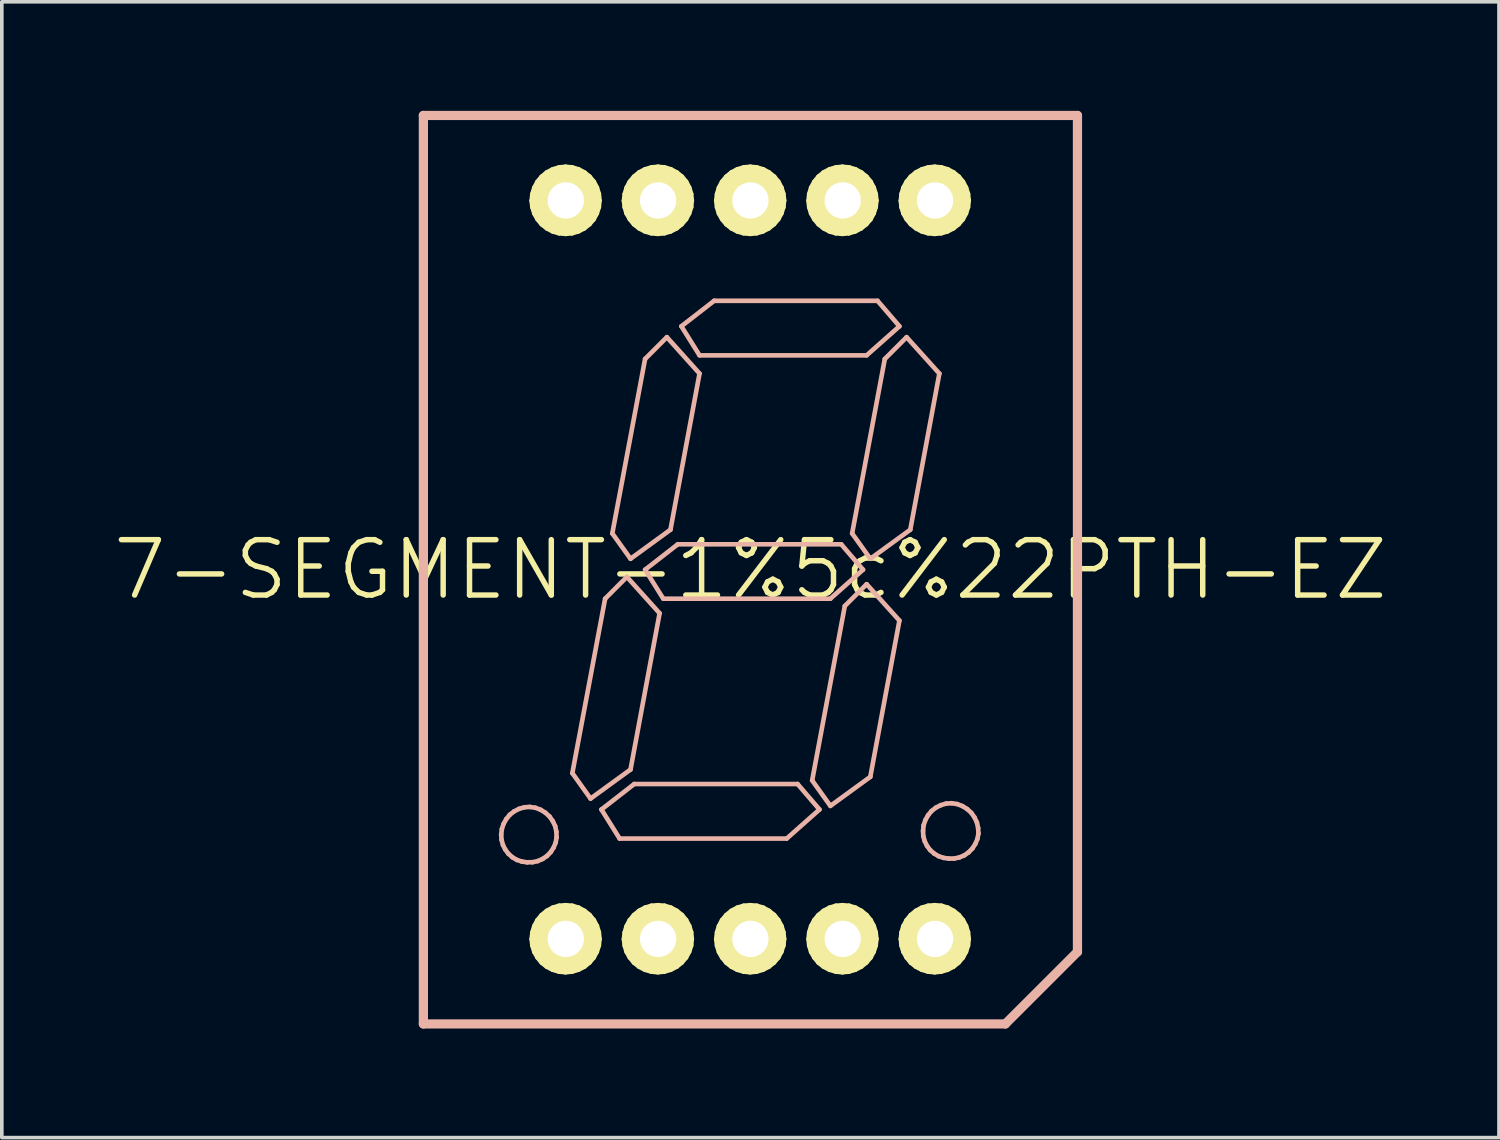
<source format=kicad_pcb>
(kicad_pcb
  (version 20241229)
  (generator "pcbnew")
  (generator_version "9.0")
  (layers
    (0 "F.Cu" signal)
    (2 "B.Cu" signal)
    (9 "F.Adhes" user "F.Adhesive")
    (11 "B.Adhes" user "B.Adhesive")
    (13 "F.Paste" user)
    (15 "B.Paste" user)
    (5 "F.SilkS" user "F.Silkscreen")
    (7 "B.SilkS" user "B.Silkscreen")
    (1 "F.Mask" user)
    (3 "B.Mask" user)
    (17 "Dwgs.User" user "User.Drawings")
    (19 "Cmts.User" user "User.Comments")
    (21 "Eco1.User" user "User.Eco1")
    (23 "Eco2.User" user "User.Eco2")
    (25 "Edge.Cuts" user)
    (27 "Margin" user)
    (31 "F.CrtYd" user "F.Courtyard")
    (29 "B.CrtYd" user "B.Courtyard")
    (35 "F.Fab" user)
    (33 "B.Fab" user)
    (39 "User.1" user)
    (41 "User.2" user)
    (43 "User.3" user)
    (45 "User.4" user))
  (footprint "7-SEGMENT-1%5c%22PTH-EZ"
    (layer "F.Cu")
    (at 17.599 12.626)
    (property "Reference" "7-SEGMENT-1%5c%22PTH-EZ" (at 0 0 0) (layer "F.SilkS") (effects (font (size 1.524 1.524) (thickness 0.15))))
    (attr exclude_from_pos_files exclude_from_bom)
    (fp_line (start -6.02 -10.152) (end -5.999 -10.335) (stroke (width 0.127) (type solid)) (layer "F.SilkS"))
    (fp_line (start -6.02 10.165) (end -5.999 9.982) (stroke (width 0.127) (type solid)) (layer "F.SilkS"))
    (fp_line (start -5.999 -10.335) (end -5.946 -10.511) (stroke (width 0.127) (type solid)) (layer "F.SilkS"))
    (fp_line (start -5.999 -9.975) (end -6.02 -10.152) (stroke (width 0.127) (type solid)) (layer "F.SilkS"))
    (fp_line (start -5.999 9.982) (end -5.946 9.807) (stroke (width 0.127) (type solid)) (layer "F.SilkS"))
    (fp_line (start -5.999 10.343) (end -6.02 10.165) (stroke (width 0.127) (type solid)) (layer "F.SilkS"))
    (fp_line (start -5.946 -10.511) (end -5.86 -10.673) (stroke (width 0.127) (type solid)) (layer "F.SilkS"))
    (fp_line (start -5.946 -9.802) (end -5.999 -9.975) (stroke (width 0.127) (type solid)) (layer "F.SilkS"))
    (fp_line (start -5.946 9.807) (end -5.86 9.644) (stroke (width 0.127) (type solid)) (layer "F.SilkS"))
    (fp_line (start -5.946 10.516) (end -5.999 10.343) (stroke (width 0.127) (type solid)) (layer "F.SilkS"))
    (fp_line (start -5.86 -10.673) (end -5.745 -10.813) (stroke (width 0.127) (type solid)) (layer "F.SilkS"))
    (fp_line (start -5.86 9.644) (end -5.745 9.505) (stroke (width 0.127) (type solid)) (layer "F.SilkS"))
    (fp_line (start -5.857 -9.644) (end -5.946 -9.802) (stroke (width 0.127) (type solid)) (layer "F.SilkS"))
    (fp_line (start -5.857 10.673) (end -5.946 10.516) (stroke (width 0.127) (type solid)) (layer "F.SilkS"))
    (fp_line (start -5.745 -10.813) (end -5.603 -10.93) (stroke (width 0.127) (type solid)) (layer "F.SilkS"))
    (fp_line (start -5.745 9.505) (end -5.603 9.388) (stroke (width 0.127) (type solid)) (layer "F.SilkS"))
    (fp_line (start -5.743 -9.505) (end -5.857 -9.644) (stroke (width 0.127) (type solid)) (layer "F.SilkS"))
    (fp_line (start -5.743 10.813) (end -5.857 10.673) (stroke (width 0.127) (type solid)) (layer "F.SilkS"))
    (fp_line (start -5.603 -10.93) (end -5.441 -11.016) (stroke (width 0.127) (type solid)) (layer "F.SilkS"))
    (fp_line (start -5.603 9.388) (end -5.441 9.301) (stroke (width 0.127) (type solid)) (layer "F.SilkS"))
    (fp_line (start -5.601 -9.393) (end -5.743 -9.505) (stroke (width 0.127) (type solid)) (layer "F.SilkS"))
    (fp_line (start -5.601 10.925) (end -5.743 10.813) (stroke (width 0.127) (type solid)) (layer "F.SilkS"))
    (fp_line (start -5.512 -10.163) (end -5.499 -10.063) (stroke (width 0.127) (type solid)) (layer "F.SilkS"))
    (fp_line (start -5.512 10.155) (end -5.499 10.254) (stroke (width 0.127) (type solid)) (layer "F.SilkS"))
    (fp_line (start -5.499 -10.257) (end -5.512 -10.163) (stroke (width 0.127) (type solid)) (layer "F.SilkS"))
    (fp_line (start -5.499 -10.063) (end -5.469 -9.972) (stroke (width 0.127) (type solid)) (layer "F.SilkS"))
    (fp_line (start -5.499 10.061) (end -5.512 10.155) (stroke (width 0.127) (type solid)) (layer "F.SilkS"))
    (fp_line (start -5.499 10.254) (end -5.469 10.345) (stroke (width 0.127) (type solid)) (layer "F.SilkS"))
    (fp_line (start -5.469 -10.348) (end -5.499 -10.257) (stroke (width 0.127) (type solid)) (layer "F.SilkS"))
    (fp_line (start -5.469 -9.972) (end -5.418 -9.888) (stroke (width 0.127) (type solid)) (layer "F.SilkS"))
    (fp_line (start -5.469 9.97) (end -5.499 10.061) (stroke (width 0.127) (type solid)) (layer "F.SilkS"))
    (fp_line (start -5.469 10.345) (end -5.418 10.429) (stroke (width 0.127) (type solid)) (layer "F.SilkS"))
    (fp_line (start -5.441 -11.016) (end -5.265 -11.069) (stroke (width 0.127) (type solid)) (layer "F.SilkS"))
    (fp_line (start -5.441 -9.309) (end -5.601 -9.393) (stroke (width 0.127) (type solid)) (layer "F.SilkS"))
    (fp_line (start -5.441 9.301) (end -5.265 9.248) (stroke (width 0.127) (type solid)) (layer "F.SilkS"))
    (fp_line (start -5.441 11.008) (end -5.601 10.925) (stroke (width 0.127) (type solid)) (layer "F.SilkS"))
    (fp_line (start -5.418 -10.429) (end -5.469 -10.348) (stroke (width 0.127) (type solid)) (layer "F.SilkS"))
    (fp_line (start -5.418 -9.888) (end -5.349 -9.82) (stroke (width 0.127) (type solid)) (layer "F.SilkS"))
    (fp_line (start -5.418 9.888) (end -5.469 9.97) (stroke (width 0.127) (type solid)) (layer "F.SilkS"))
    (fp_line (start -5.418 10.429) (end -5.349 10.498) (stroke (width 0.127) (type solid)) (layer "F.SilkS"))
    (fp_line (start -5.349 -10.498) (end -5.418 -10.429) (stroke (width 0.127) (type solid)) (layer "F.SilkS"))
    (fp_line (start -5.349 -9.82) (end -5.265 -9.766) (stroke (width 0.127) (type solid)) (layer "F.SilkS"))
    (fp_line (start -5.349 9.82) (end -5.418 9.888) (stroke (width 0.127) (type solid)) (layer "F.SilkS"))
    (fp_line (start -5.349 10.498) (end -5.265 10.551) (stroke (width 0.127) (type solid)) (layer "F.SilkS"))
    (fp_line (start -5.268 -10.549) (end -5.349 -10.498) (stroke (width 0.127) (type solid)) (layer "F.SilkS"))
    (fp_line (start -5.268 -9.258) (end -5.441 -9.309) (stroke (width 0.127) (type solid)) (layer "F.SilkS"))
    (fp_line (start -5.268 9.769) (end -5.349 9.82) (stroke (width 0.127) (type solid)) (layer "F.SilkS"))
    (fp_line (start -5.268 11.059) (end -5.441 11.008) (stroke (width 0.127) (type solid)) (layer "F.SilkS"))
    (fp_line (start -5.265 -11.069) (end -5.085 -11.087) (stroke (width 0.127) (type solid)) (layer "F.SilkS"))
    (fp_line (start -5.265 -9.766) (end -5.174 -9.733) (stroke (width 0.127) (type solid)) (layer "F.SilkS"))
    (fp_line (start -5.265 9.248) (end -5.085 9.233) (stroke (width 0.127) (type solid)) (layer "F.SilkS"))
    (fp_line (start -5.265 10.551) (end -5.174 10.584) (stroke (width 0.127) (type solid)) (layer "F.SilkS"))
    (fp_line (start -5.177 -10.579) (end -5.268 -10.549) (stroke (width 0.127) (type solid)) (layer "F.SilkS"))
    (fp_line (start -5.177 9.738) (end -5.268 9.769) (stroke (width 0.127) (type solid)) (layer "F.SilkS"))
    (fp_line (start -5.174 -9.733) (end -5.075 -9.721) (stroke (width 0.127) (type solid)) (layer "F.SilkS"))
    (fp_line (start -5.174 10.584) (end -5.075 10.597) (stroke (width 0.127) (type solid)) (layer "F.SilkS"))
    (fp_line (start -5.088 -9.241) (end -5.268 -9.258) (stroke (width 0.127) (type solid)) (layer "F.SilkS"))
    (fp_line (start -5.088 11.077) (end -5.268 11.059) (stroke (width 0.127) (type solid)) (layer "F.SilkS"))
    (fp_line (start -5.085 -11.087) (end -4.902 -11.069) (stroke (width 0.127) (type solid)) (layer "F.SilkS"))
    (fp_line (start -5.085 9.233) (end -4.902 9.248) (stroke (width 0.127) (type solid)) (layer "F.SilkS"))
    (fp_line (start -5.083 -10.592) (end -5.177 -10.579) (stroke (width 0.127) (type solid)) (layer "F.SilkS"))
    (fp_line (start -5.083 9.728) (end -5.177 9.738) (stroke (width 0.127) (type solid)) (layer "F.SilkS"))
    (fp_line (start -5.075 -9.721) (end -4.981 -9.733) (stroke (width 0.127) (type solid)) (layer "F.SilkS"))
    (fp_line (start -5.075 10.597) (end -4.981 10.584) (stroke (width 0.127) (type solid)) (layer "F.SilkS"))
    (fp_line (start -4.983 -10.579) (end -5.083 -10.592) (stroke (width 0.127) (type solid)) (layer "F.SilkS"))
    (fp_line (start -4.983 9.738) (end -5.083 9.728) (stroke (width 0.127) (type solid)) (layer "F.SilkS"))
    (fp_line (start -4.981 -9.733) (end -4.889 -9.764) (stroke (width 0.127) (type solid)) (layer "F.SilkS"))
    (fp_line (start -4.981 10.584) (end -4.889 10.554) (stroke (width 0.127) (type solid)) (layer "F.SilkS"))
    (fp_line (start -4.907 -9.258) (end -5.088 -9.241) (stroke (width 0.127) (type solid)) (layer "F.SilkS"))
    (fp_line (start -4.907 11.059) (end -5.088 11.077) (stroke (width 0.127) (type solid)) (layer "F.SilkS"))
    (fp_line (start -4.902 -11.069) (end -4.727 -11.016) (stroke (width 0.127) (type solid)) (layer "F.SilkS"))
    (fp_line (start -4.902 9.248) (end -4.727 9.301) (stroke (width 0.127) (type solid)) (layer "F.SilkS"))
    (fp_line (start -4.892 -10.546) (end -4.983 -10.579) (stroke (width 0.127) (type solid)) (layer "F.SilkS"))
    (fp_line (start -4.892 9.771) (end -4.983 9.738) (stroke (width 0.127) (type solid)) (layer "F.SilkS"))
    (fp_line (start -4.889 -9.764) (end -4.808 -9.815) (stroke (width 0.127) (type solid)) (layer "F.SilkS"))
    (fp_line (start -4.889 10.554) (end -4.808 10.503) (stroke (width 0.127) (type solid)) (layer "F.SilkS"))
    (fp_line (start -4.808 -10.493) (end -4.892 -10.546) (stroke (width 0.127) (type solid)) (layer "F.SilkS"))
    (fp_line (start -4.808 -9.815) (end -4.74 -9.883) (stroke (width 0.127) (type solid)) (layer "F.SilkS"))
    (fp_line (start -4.808 9.825) (end -4.892 9.771) (stroke (width 0.127) (type solid)) (layer "F.SilkS"))
    (fp_line (start -4.808 10.503) (end -4.74 10.434) (stroke (width 0.127) (type solid)) (layer "F.SilkS"))
    (fp_line (start -4.74 -10.424) (end -4.808 -10.493) (stroke (width 0.127) (type solid)) (layer "F.SilkS"))
    (fp_line (start -4.74 -9.883) (end -4.689 -9.964) (stroke (width 0.127) (type solid)) (layer "F.SilkS"))
    (fp_line (start -4.74 9.893) (end -4.808 9.825) (stroke (width 0.127) (type solid)) (layer "F.SilkS"))
    (fp_line (start -4.74 10.434) (end -4.689 10.353) (stroke (width 0.127) (type solid)) (layer "F.SilkS"))
    (fp_line (start -4.735 -9.309) (end -4.907 -9.258) (stroke (width 0.127) (type solid)) (layer "F.SilkS"))
    (fp_line (start -4.735 11.008) (end -4.907 11.059) (stroke (width 0.127) (type solid)) (layer "F.SilkS"))
    (fp_line (start -4.727 -11.016) (end -4.567 -10.93) (stroke (width 0.127) (type solid)) (layer "F.SilkS"))
    (fp_line (start -4.727 9.301) (end -4.567 9.388) (stroke (width 0.127) (type solid)) (layer "F.SilkS"))
    (fp_line (start -4.689 -10.34) (end -4.74 -10.424) (stroke (width 0.127) (type solid)) (layer "F.SilkS"))
    (fp_line (start -4.689 -9.964) (end -4.658 -10.056) (stroke (width 0.127) (type solid)) (layer "F.SilkS"))
    (fp_line (start -4.689 9.977) (end -4.74 9.893) (stroke (width 0.127) (type solid)) (layer "F.SilkS"))
    (fp_line (start -4.689 10.353) (end -4.658 10.262) (stroke (width 0.127) (type solid)) (layer "F.SilkS"))
    (fp_line (start -4.658 -10.249) (end -4.689 -10.34) (stroke (width 0.127) (type solid)) (layer "F.SilkS"))
    (fp_line (start -4.658 -10.056) (end -4.648 -10.15) (stroke (width 0.127) (type solid)) (layer "F.SilkS"))
    (fp_line (start -4.658 10.069) (end -4.689 9.977) (stroke (width 0.127) (type solid)) (layer "F.SilkS"))
    (fp_line (start -4.658 10.262) (end -4.648 10.168) (stroke (width 0.127) (type solid)) (layer "F.SilkS"))
    (fp_line (start -4.648 -10.15) (end -4.658 -10.249) (stroke (width 0.127) (type solid)) (layer "F.SilkS"))
    (fp_line (start -4.648 10.168) (end -4.658 10.069) (stroke (width 0.127) (type solid)) (layer "F.SilkS"))
    (fp_line (start -4.572 -9.393) (end -4.735 -9.309) (stroke (width 0.127) (type solid)) (layer "F.SilkS"))
    (fp_line (start -4.572 10.925) (end -4.735 11.008) (stroke (width 0.127) (type solid)) (layer "F.SilkS"))
    (fp_line (start -4.567 -10.93) (end -4.425 -10.815) (stroke (width 0.127) (type solid)) (layer "F.SilkS"))
    (fp_line (start -4.567 9.388) (end -4.425 9.502) (stroke (width 0.127) (type solid)) (layer "F.SilkS"))
    (fp_line (start -4.43 -9.507) (end -4.572 -9.393) (stroke (width 0.127) (type solid)) (layer "F.SilkS"))
    (fp_line (start -4.43 10.81) (end -4.572 10.925) (stroke (width 0.127) (type solid)) (layer "F.SilkS"))
    (fp_line (start -4.425 -10.815) (end -4.31 -10.676) (stroke (width 0.127) (type solid)) (layer "F.SilkS"))
    (fp_line (start -4.425 9.502) (end -4.31 9.642) (stroke (width 0.127) (type solid)) (layer "F.SilkS"))
    (fp_line (start -4.313 -9.644) (end -4.43 -9.507) (stroke (width 0.127) (type solid)) (layer "F.SilkS"))
    (fp_line (start -4.313 10.673) (end -4.43 10.81) (stroke (width 0.127) (type solid)) (layer "F.SilkS"))
    (fp_line (start -4.31 -10.676) (end -4.224 -10.513) (stroke (width 0.127) (type solid)) (layer "F.SilkS"))
    (fp_line (start -4.31 9.642) (end -4.224 9.804) (stroke (width 0.127) (type solid)) (layer "F.SilkS"))
    (fp_line (start -4.227 -9.804) (end -4.313 -9.644) (stroke (width 0.127) (type solid)) (layer "F.SilkS"))
    (fp_line (start -4.227 10.513) (end -4.313 10.673) (stroke (width 0.127) (type solid)) (layer "F.SilkS"))
    (fp_line (start -4.224 -10.513) (end -4.171 -10.34) (stroke (width 0.127) (type solid)) (layer "F.SilkS"))
    (fp_line (start -4.224 9.804) (end -4.171 9.977) (stroke (width 0.127) (type solid)) (layer "F.SilkS"))
    (fp_line (start -4.171 -10.34) (end -4.153 -10.16) (stroke (width 0.127) (type solid)) (layer "F.SilkS"))
    (fp_line (start -4.171 -9.977) (end -4.227 -9.804) (stroke (width 0.127) (type solid)) (layer "F.SilkS"))
    (fp_line (start -4.171 9.977) (end -4.153 10.16) (stroke (width 0.127) (type solid)) (layer "F.SilkS"))
    (fp_line (start -4.171 10.34) (end -4.227 10.513) (stroke (width 0.127) (type solid)) (layer "F.SilkS"))
    (fp_line (start -4.153 -10.16) (end -4.171 -9.977) (stroke (width 0.127) (type solid)) (layer "F.SilkS"))
    (fp_line (start -4.153 10.16) (end -4.171 10.34) (stroke (width 0.127) (type solid)) (layer "F.SilkS"))
    (fp_line (start -3.48 -10.152) (end -3.459 -10.335) (stroke (width 0.127) (type solid)) (layer "F.SilkS"))
    (fp_line (start -3.48 10.165) (end -3.459 9.982) (stroke (width 0.127) (type solid)) (layer "F.SilkS"))
    (fp_line (start -3.459 -10.335) (end -3.406 -10.511) (stroke (width 0.127) (type solid)) (layer "F.SilkS"))
    (fp_line (start -3.459 -9.975) (end -3.48 -10.152) (stroke (width 0.127) (type solid)) (layer "F.SilkS"))
    (fp_line (start -3.459 9.982) (end -3.406 9.807) (stroke (width 0.127) (type solid)) (layer "F.SilkS"))
    (fp_line (start -3.459 10.343) (end -3.48 10.165) (stroke (width 0.127) (type solid)) (layer "F.SilkS"))
    (fp_line (start -3.406 -10.511) (end -3.32 -10.673) (stroke (width 0.127) (type solid)) (layer "F.SilkS"))
    (fp_line (start -3.406 -9.802) (end -3.459 -9.975) (stroke (width 0.127) (type solid)) (layer "F.SilkS"))
    (fp_line (start -3.406 9.807) (end -3.32 9.644) (stroke (width 0.127) (type solid)) (layer "F.SilkS"))
    (fp_line (start -3.406 10.516) (end -3.459 10.343) (stroke (width 0.127) (type solid)) (layer "F.SilkS"))
    (fp_line (start -3.32 -10.673) (end -3.205 -10.813) (stroke (width 0.127) (type solid)) (layer "F.SilkS"))
    (fp_line (start -3.32 9.644) (end -3.205 9.505) (stroke (width 0.127) (type solid)) (layer "F.SilkS"))
    (fp_line (start -3.317 -9.644) (end -3.406 -9.802) (stroke (width 0.127) (type solid)) (layer "F.SilkS"))
    (fp_line (start -3.317 10.673) (end -3.406 10.516) (stroke (width 0.127) (type solid)) (layer "F.SilkS"))
    (fp_line (start -3.205 -10.813) (end -3.063 -10.93) (stroke (width 0.127) (type solid)) (layer "F.SilkS"))
    (fp_line (start -3.205 9.505) (end -3.063 9.388) (stroke (width 0.127) (type solid)) (layer "F.SilkS"))
    (fp_line (start -3.203 -9.505) (end -3.317 -9.644) (stroke (width 0.127) (type solid)) (layer "F.SilkS"))
    (fp_line (start -3.203 10.813) (end -3.317 10.673) (stroke (width 0.127) (type solid)) (layer "F.SilkS"))
    (fp_line (start -3.063 -10.93) (end -2.901 -11.016) (stroke (width 0.127) (type solid)) (layer "F.SilkS"))
    (fp_line (start -3.063 9.388) (end -2.901 9.301) (stroke (width 0.127) (type solid)) (layer "F.SilkS"))
    (fp_line (start -3.061 -9.393) (end -3.203 -9.505) (stroke (width 0.127) (type solid)) (layer "F.SilkS"))
    (fp_line (start -3.061 10.925) (end -3.203 10.813) (stroke (width 0.127) (type solid)) (layer "F.SilkS"))
    (fp_line (start -2.972 -10.163) (end -2.959 -10.063) (stroke (width 0.127) (type solid)) (layer "F.SilkS"))
    (fp_line (start -2.972 10.155) (end -2.959 10.254) (stroke (width 0.127) (type solid)) (layer "F.SilkS"))
    (fp_line (start -2.959 -10.257) (end -2.972 -10.163) (stroke (width 0.127) (type solid)) (layer "F.SilkS"))
    (fp_line (start -2.959 -10.063) (end -2.929 -9.972) (stroke (width 0.127) (type solid)) (layer "F.SilkS"))
    (fp_line (start -2.959 10.061) (end -2.972 10.155) (stroke (width 0.127) (type solid)) (layer "F.SilkS"))
    (fp_line (start -2.959 10.254) (end -2.929 10.345) (stroke (width 0.127) (type solid)) (layer "F.SilkS"))
    (fp_line (start -2.929 -10.348) (end -2.959 -10.257) (stroke (width 0.127) (type solid)) (layer "F.SilkS"))
    (fp_line (start -2.929 -9.972) (end -2.878 -9.888) (stroke (width 0.127) (type solid)) (layer "F.SilkS"))
    (fp_line (start -2.929 9.97) (end -2.959 10.061) (stroke (width 0.127) (type solid)) (layer "F.SilkS"))
    (fp_line (start -2.929 10.345) (end -2.878 10.429) (stroke (width 0.127) (type solid)) (layer "F.SilkS"))
    (fp_line (start -2.901 -11.016) (end -2.725 -11.069) (stroke (width 0.127) (type solid)) (layer "F.SilkS"))
    (fp_line (start -2.901 -9.309) (end -3.061 -9.393) (stroke (width 0.127) (type solid)) (layer "F.SilkS"))
    (fp_line (start -2.901 9.301) (end -2.725 9.248) (stroke (width 0.127) (type solid)) (layer "F.SilkS"))
    (fp_line (start -2.901 11.008) (end -3.061 10.925) (stroke (width 0.127) (type solid)) (layer "F.SilkS"))
    (fp_line (start -2.878 -10.429) (end -2.929 -10.348) (stroke (width 0.127) (type solid)) (layer "F.SilkS"))
    (fp_line (start -2.878 -9.888) (end -2.809 -9.82) (stroke (width 0.127) (type solid)) (layer "F.SilkS"))
    (fp_line (start -2.878 9.888) (end -2.929 9.97) (stroke (width 0.127) (type solid)) (layer "F.SilkS"))
    (fp_line (start -2.878 10.429) (end -2.809 10.498) (stroke (width 0.127) (type solid)) (layer "F.SilkS"))
    (fp_line (start -2.809 -10.498) (end -2.878 -10.429) (stroke (width 0.127) (type solid)) (layer "F.SilkS"))
    (fp_line (start -2.809 -9.82) (end -2.725 -9.766) (stroke (width 0.127) (type solid)) (layer "F.SilkS"))
    (fp_line (start -2.809 9.82) (end -2.878 9.888) (stroke (width 0.127) (type solid)) (layer "F.SilkS"))
    (fp_line (start -2.809 10.498) (end -2.725 10.551) (stroke (width 0.127) (type solid)) (layer "F.SilkS"))
    (fp_line (start -2.728 -10.549) (end -2.809 -10.498) (stroke (width 0.127) (type solid)) (layer "F.SilkS"))
    (fp_line (start -2.728 -9.258) (end -2.901 -9.309) (stroke (width 0.127) (type solid)) (layer "F.SilkS"))
    (fp_line (start -2.728 9.769) (end -2.809 9.82) (stroke (width 0.127) (type solid)) (layer "F.SilkS"))
    (fp_line (start -2.728 11.059) (end -2.901 11.008) (stroke (width 0.127) (type solid)) (layer "F.SilkS"))
    (fp_line (start -2.725 -11.069) (end -2.545 -11.087) (stroke (width 0.127) (type solid)) (layer "F.SilkS"))
    (fp_line (start -2.725 -9.766) (end -2.634 -9.733) (stroke (width 0.127) (type solid)) (layer "F.SilkS"))
    (fp_line (start -2.725 9.248) (end -2.545 9.233) (stroke (width 0.127) (type solid)) (layer "F.SilkS"))
    (fp_line (start -2.725 10.551) (end -2.634 10.584) (stroke (width 0.127) (type solid)) (layer "F.SilkS"))
    (fp_line (start -2.637 -10.579) (end -2.728 -10.549) (stroke (width 0.127) (type solid)) (layer "F.SilkS"))
    (fp_line (start -2.637 9.738) (end -2.728 9.769) (stroke (width 0.127) (type solid)) (layer "F.SilkS"))
    (fp_line (start -2.634 -9.733) (end -2.535 -9.721) (stroke (width 0.127) (type solid)) (layer "F.SilkS"))
    (fp_line (start -2.634 10.584) (end -2.535 10.597) (stroke (width 0.127) (type solid)) (layer "F.SilkS"))
    (fp_line (start -2.548 -9.241) (end -2.728 -9.258) (stroke (width 0.127) (type solid)) (layer "F.SilkS"))
    (fp_line (start -2.548 11.077) (end -2.728 11.059) (stroke (width 0.127) (type solid)) (layer "F.SilkS"))
    (fp_line (start -2.545 -11.087) (end -2.362 -11.069) (stroke (width 0.127) (type solid)) (layer "F.SilkS"))
    (fp_line (start -2.545 9.233) (end -2.362 9.248) (stroke (width 0.127) (type solid)) (layer "F.SilkS"))
    (fp_line (start -2.543 -10.592) (end -2.637 -10.579) (stroke (width 0.127) (type solid)) (layer "F.SilkS"))
    (fp_line (start -2.543 9.728) (end -2.637 9.738) (stroke (width 0.127) (type solid)) (layer "F.SilkS"))
    (fp_line (start -2.535 -9.721) (end -2.441 -9.733) (stroke (width 0.127) (type solid)) (layer "F.SilkS"))
    (fp_line (start -2.535 10.597) (end -2.441 10.584) (stroke (width 0.127) (type solid)) (layer "F.SilkS"))
    (fp_line (start -2.443 -10.579) (end -2.543 -10.592) (stroke (width 0.127) (type solid)) (layer "F.SilkS"))
    (fp_line (start -2.443 9.738) (end -2.543 9.728) (stroke (width 0.127) (type solid)) (layer "F.SilkS"))
    (fp_line (start -2.441 -9.733) (end -2.349 -9.764) (stroke (width 0.127) (type solid)) (layer "F.SilkS"))
    (fp_line (start -2.441 10.584) (end -2.349 10.554) (stroke (width 0.127) (type solid)) (layer "F.SilkS"))
    (fp_line (start -2.367 -9.258) (end -2.548 -9.241) (stroke (width 0.127) (type solid)) (layer "F.SilkS"))
    (fp_line (start -2.367 11.059) (end -2.548 11.077) (stroke (width 0.127) (type solid)) (layer "F.SilkS"))
    (fp_line (start -2.362 -11.069) (end -2.187 -11.016) (stroke (width 0.127) (type solid)) (layer "F.SilkS"))
    (fp_line (start -2.362 9.248) (end -2.187 9.301) (stroke (width 0.127) (type solid)) (layer "F.SilkS"))
    (fp_line (start -2.352 -10.546) (end -2.443 -10.579) (stroke (width 0.127) (type solid)) (layer "F.SilkS"))
    (fp_line (start -2.352 9.771) (end -2.443 9.738) (stroke (width 0.127) (type solid)) (layer "F.SilkS"))
    (fp_line (start -2.349 -9.764) (end -2.268 -9.815) (stroke (width 0.127) (type solid)) (layer "F.SilkS"))
    (fp_line (start -2.349 10.554) (end -2.268 10.503) (stroke (width 0.127) (type solid)) (layer "F.SilkS"))
    (fp_line (start -2.268 -10.493) (end -2.352 -10.546) (stroke (width 0.127) (type solid)) (layer "F.SilkS"))
    (fp_line (start -2.268 -9.815) (end -2.2 -9.883) (stroke (width 0.127) (type solid)) (layer "F.SilkS"))
    (fp_line (start -2.268 9.825) (end -2.352 9.771) (stroke (width 0.127) (type solid)) (layer "F.SilkS"))
    (fp_line (start -2.268 10.503) (end -2.2 10.434) (stroke (width 0.127) (type solid)) (layer "F.SilkS"))
    (fp_line (start -2.2 -10.424) (end -2.268 -10.493) (stroke (width 0.127) (type solid)) (layer "F.SilkS"))
    (fp_line (start -2.2 -9.883) (end -2.149 -9.964) (stroke (width 0.127) (type solid)) (layer "F.SilkS"))
    (fp_line (start -2.2 9.893) (end -2.268 9.825) (stroke (width 0.127) (type solid)) (layer "F.SilkS"))
    (fp_line (start -2.2 10.434) (end -2.149 10.353) (stroke (width 0.127) (type solid)) (layer "F.SilkS"))
    (fp_line (start -2.195 -9.309) (end -2.367 -9.258) (stroke (width 0.127) (type solid)) (layer "F.SilkS"))
    (fp_line (start -2.195 11.008) (end -2.367 11.059) (stroke (width 0.127) (type solid)) (layer "F.SilkS"))
    (fp_line (start -2.187 -11.016) (end -2.027 -10.93) (stroke (width 0.127) (type solid)) (layer "F.SilkS"))
    (fp_line (start -2.187 9.301) (end -2.027 9.388) (stroke (width 0.127) (type solid)) (layer "F.SilkS"))
    (fp_line (start -2.149 -10.34) (end -2.2 -10.424) (stroke (width 0.127) (type solid)) (layer "F.SilkS"))
    (fp_line (start -2.149 -9.964) (end -2.118 -10.056) (stroke (width 0.127) (type solid)) (layer "F.SilkS"))
    (fp_line (start -2.149 9.977) (end -2.2 9.893) (stroke (width 0.127) (type solid)) (layer "F.SilkS"))
    (fp_line (start -2.149 10.353) (end -2.118 10.262) (stroke (width 0.127) (type solid)) (layer "F.SilkS"))
    (fp_line (start -2.118 -10.249) (end -2.149 -10.34) (stroke (width 0.127) (type solid)) (layer "F.SilkS"))
    (fp_line (start -2.118 -10.056) (end -2.108 -10.15) (stroke (width 0.127) (type solid)) (layer "F.SilkS"))
    (fp_line (start -2.118 10.069) (end -2.149 9.977) (stroke (width 0.127) (type solid)) (layer "F.SilkS"))
    (fp_line (start -2.118 10.262) (end -2.108 10.168) (stroke (width 0.127) (type solid)) (layer "F.SilkS"))
    (fp_line (start -2.108 -10.15) (end -2.118 -10.249) (stroke (width 0.127) (type solid)) (layer "F.SilkS"))
    (fp_line (start -2.108 10.168) (end -2.118 10.069) (stroke (width 0.127) (type solid)) (layer "F.SilkS"))
    (fp_line (start -2.032 -9.393) (end -2.195 -9.309) (stroke (width 0.127) (type solid)) (layer "F.SilkS"))
    (fp_line (start -2.032 10.925) (end -2.195 11.008) (stroke (width 0.127) (type solid)) (layer "F.SilkS"))
    (fp_line (start -2.027 -10.93) (end -1.885 -10.815) (stroke (width 0.127) (type solid)) (layer "F.SilkS"))
    (fp_line (start -2.027 9.388) (end -1.885 9.502) (stroke (width 0.127) (type solid)) (layer "F.SilkS"))
    (fp_line (start -1.89 -9.507) (end -2.032 -9.393) (stroke (width 0.127) (type solid)) (layer "F.SilkS"))
    (fp_line (start -1.89 10.81) (end -2.032 10.925) (stroke (width 0.127) (type solid)) (layer "F.SilkS"))
    (fp_line (start -1.885 -10.815) (end -1.77 -10.676) (stroke (width 0.127) (type solid)) (layer "F.SilkS"))
    (fp_line (start -1.885 9.502) (end -1.77 9.642) (stroke (width 0.127) (type solid)) (layer "F.SilkS"))
    (fp_line (start -1.773 -9.644) (end -1.89 -9.507) (stroke (width 0.127) (type solid)) (layer "F.SilkS"))
    (fp_line (start -1.773 10.673) (end -1.89 10.81) (stroke (width 0.127) (type solid)) (layer "F.SilkS"))
    (fp_line (start -1.77 -10.676) (end -1.684 -10.513) (stroke (width 0.127) (type solid)) (layer "F.SilkS"))
    (fp_line (start -1.77 9.642) (end -1.684 9.804) (stroke (width 0.127) (type solid)) (layer "F.SilkS"))
    (fp_line (start -1.687 -9.804) (end -1.773 -9.644) (stroke (width 0.127) (type solid)) (layer "F.SilkS"))
    (fp_line (start -1.687 10.513) (end -1.773 10.673) (stroke (width 0.127) (type solid)) (layer "F.SilkS"))
    (fp_line (start -1.684 -10.513) (end -1.631 -10.34) (stroke (width 0.127) (type solid)) (layer "F.SilkS"))
    (fp_line (start -1.684 9.804) (end -1.631 9.977) (stroke (width 0.127) (type solid)) (layer "F.SilkS"))
    (fp_line (start -1.631 -10.34) (end -1.613 -10.16) (stroke (width 0.127) (type solid)) (layer "F.SilkS"))
    (fp_line (start -1.631 -9.977) (end -1.687 -9.804) (stroke (width 0.127) (type solid)) (layer "F.SilkS"))
    (fp_line (start -1.631 9.977) (end -1.613 10.16) (stroke (width 0.127) (type solid)) (layer "F.SilkS"))
    (fp_line (start -1.631 10.34) (end -1.687 10.513) (stroke (width 0.127) (type solid)) (layer "F.SilkS"))
    (fp_line (start -1.613 -10.16) (end -1.631 -9.977) (stroke (width 0.127) (type solid)) (layer "F.SilkS"))
    (fp_line (start -1.613 10.16) (end -1.631 10.34) (stroke (width 0.127) (type solid)) (layer "F.SilkS"))
    (fp_line (start -0.94 -10.152) (end -0.919 -10.335) (stroke (width 0.127) (type solid)) (layer "F.SilkS"))
    (fp_line (start -0.94 10.165) (end -0.919 9.982) (stroke (width 0.127) (type solid)) (layer "F.SilkS"))
    (fp_line (start -0.919 -10.335) (end -0.866 -10.511) (stroke (width 0.127) (type solid)) (layer "F.SilkS"))
    (fp_line (start -0.919 -9.975) (end -0.94 -10.152) (stroke (width 0.127) (type solid)) (layer "F.SilkS"))
    (fp_line (start -0.919 9.982) (end -0.866 9.807) (stroke (width 0.127) (type solid)) (layer "F.SilkS"))
    (fp_line (start -0.919 10.343) (end -0.94 10.165) (stroke (width 0.127) (type solid)) (layer "F.SilkS"))
    (fp_line (start -0.866 -10.511) (end -0.78 -10.673) (stroke (width 0.127) (type solid)) (layer "F.SilkS"))
    (fp_line (start -0.866 -9.802) (end -0.919 -9.975) (stroke (width 0.127) (type solid)) (layer "F.SilkS"))
    (fp_line (start -0.866 9.807) (end -0.78 9.644) (stroke (width 0.127) (type solid)) (layer "F.SilkS"))
    (fp_line (start -0.866 10.516) (end -0.919 10.343) (stroke (width 0.127) (type solid)) (layer "F.SilkS"))
    (fp_line (start -0.78 -10.673) (end -0.665 -10.813) (stroke (width 0.127) (type solid)) (layer "F.SilkS"))
    (fp_line (start -0.78 9.644) (end -0.665 9.505) (stroke (width 0.127) (type solid)) (layer "F.SilkS"))
    (fp_line (start -0.777 -9.644) (end -0.866 -9.802) (stroke (width 0.127) (type solid)) (layer "F.SilkS"))
    (fp_line (start -0.777 10.673) (end -0.866 10.516) (stroke (width 0.127) (type solid)) (layer "F.SilkS"))
    (fp_line (start -0.665 -10.813) (end -0.523 -10.93) (stroke (width 0.127) (type solid)) (layer "F.SilkS"))
    (fp_line (start -0.665 9.505) (end -0.523 9.388) (stroke (width 0.127) (type solid)) (layer "F.SilkS"))
    (fp_line (start -0.663 -9.505) (end -0.777 -9.644) (stroke (width 0.127) (type solid)) (layer "F.SilkS"))
    (fp_line (start -0.663 10.813) (end -0.777 10.673) (stroke (width 0.127) (type solid)) (layer "F.SilkS"))
    (fp_line (start -0.523 -10.93) (end -0.361 -11.016) (stroke (width 0.127) (type solid)) (layer "F.SilkS"))
    (fp_line (start -0.523 9.388) (end -0.361 9.301) (stroke (width 0.127) (type solid)) (layer "F.SilkS"))
    (fp_line (start -0.521 -9.393) (end -0.663 -9.505) (stroke (width 0.127) (type solid)) (layer "F.SilkS"))
    (fp_line (start -0.521 10.925) (end -0.663 10.813) (stroke (width 0.127) (type solid)) (layer "F.SilkS"))
    (fp_line (start -0.432 -10.163) (end -0.419 -10.063) (stroke (width 0.127) (type solid)) (layer "F.SilkS"))
    (fp_line (start -0.432 10.155) (end -0.419 10.254) (stroke (width 0.127) (type solid)) (layer "F.SilkS"))
    (fp_line (start -0.419 -10.257) (end -0.432 -10.163) (stroke (width 0.127) (type solid)) (layer "F.SilkS"))
    (fp_line (start -0.419 -10.063) (end -0.389 -9.972) (stroke (width 0.127) (type solid)) (layer "F.SilkS"))
    (fp_line (start -0.419 10.061) (end -0.432 10.155) (stroke (width 0.127) (type solid)) (layer "F.SilkS"))
    (fp_line (start -0.419 10.254) (end -0.389 10.345) (stroke (width 0.127) (type solid)) (layer "F.SilkS"))
    (fp_line (start -0.389 -10.348) (end -0.419 -10.257) (stroke (width 0.127) (type solid)) (layer "F.SilkS"))
    (fp_line (start -0.389 -9.972) (end -0.338 -9.888) (stroke (width 0.127) (type solid)) (layer "F.SilkS"))
    (fp_line (start -0.389 9.97) (end -0.419 10.061) (stroke (width 0.127) (type solid)) (layer "F.SilkS"))
    (fp_line (start -0.389 10.345) (end -0.338 10.429) (stroke (width 0.127) (type solid)) (layer "F.SilkS"))
    (fp_line (start -0.361 -11.016) (end -0.185 -11.069) (stroke (width 0.127) (type solid)) (layer "F.SilkS"))
    (fp_line (start -0.361 -9.309) (end -0.521 -9.393) (stroke (width 0.127) (type solid)) (layer "F.SilkS"))
    (fp_line (start -0.361 9.301) (end -0.185 9.248) (stroke (width 0.127) (type solid)) (layer "F.SilkS"))
    (fp_line (start -0.361 11.008) (end -0.521 10.925) (stroke (width 0.127) (type solid)) (layer "F.SilkS"))
    (fp_line (start -0.338 -10.429) (end -0.389 -10.348) (stroke (width 0.127) (type solid)) (layer "F.SilkS"))
    (fp_line (start -0.338 -9.888) (end -0.269 -9.82) (stroke (width 0.127) (type solid)) (layer "F.SilkS"))
    (fp_line (start -0.338 9.888) (end -0.389 9.97) (stroke (width 0.127) (type solid)) (layer "F.SilkS"))
    (fp_line (start -0.338 10.429) (end -0.269 10.498) (stroke (width 0.127) (type solid)) (layer "F.SilkS"))
    (fp_line (start -0.269 -10.498) (end -0.338 -10.429) (stroke (width 0.127) (type solid)) (layer "F.SilkS"))
    (fp_line (start -0.269 -9.82) (end -0.185 -9.766) (stroke (width 0.127) (type solid)) (layer "F.SilkS"))
    (fp_line (start -0.269 9.82) (end -0.338 9.888) (stroke (width 0.127) (type solid)) (layer "F.SilkS"))
    (fp_line (start -0.269 10.498) (end -0.185 10.551) (stroke (width 0.127) (type solid)) (layer "F.SilkS"))
    (fp_line (start -0.188 -10.549) (end -0.269 -10.498) (stroke (width 0.127) (type solid)) (layer "F.SilkS"))
    (fp_line (start -0.188 -9.258) (end -0.361 -9.309) (stroke (width 0.127) (type solid)) (layer "F.SilkS"))
    (fp_line (start -0.188 9.769) (end -0.269 9.82) (stroke (width 0.127) (type solid)) (layer "F.SilkS"))
    (fp_line (start -0.188 11.059) (end -0.361 11.008) (stroke (width 0.127) (type solid)) (layer "F.SilkS"))
    (fp_line (start -0.185 -11.069) (end -0.005 -11.087) (stroke (width 0.127) (type solid)) (layer "F.SilkS"))
    (fp_line (start -0.185 -9.766) (end -0.094 -9.733) (stroke (width 0.127) (type solid)) (layer "F.SilkS"))
    (fp_line (start -0.185 9.248) (end -0.005 9.233) (stroke (width 0.127) (type solid)) (layer "F.SilkS"))
    (fp_line (start -0.185 10.551) (end -0.094 10.584) (stroke (width 0.127) (type solid)) (layer "F.SilkS"))
    (fp_line (start -0.097 -10.579) (end -0.188 -10.549) (stroke (width 0.127) (type solid)) (layer "F.SilkS"))
    (fp_line (start -0.097 9.738) (end -0.188 9.769) (stroke (width 0.127) (type solid)) (layer "F.SilkS"))
    (fp_line (start -0.094 -9.733) (end 0.003 -9.721) (stroke (width 0.127) (type solid)) (layer "F.SilkS"))
    (fp_line (start -0.094 10.584) (end 0.003 10.597) (stroke (width 0.127) (type solid)) (layer "F.SilkS"))
    (fp_line (start -0.008 -9.241) (end -0.188 -9.258) (stroke (width 0.127) (type solid)) (layer "F.SilkS"))
    (fp_line (start -0.008 11.077) (end -0.188 11.059) (stroke (width 0.127) (type solid)) (layer "F.SilkS"))
    (fp_line (start -0.005 -11.087) (end 0.175 -11.069) (stroke (width 0.127) (type solid)) (layer "F.SilkS"))
    (fp_line (start -0.005 9.233) (end 0.175 9.248) (stroke (width 0.127) (type solid)) (layer "F.SilkS"))
    (fp_line (start -0.003 -10.592) (end -0.097 -10.579) (stroke (width 0.127) (type solid)) (layer "F.SilkS"))
    (fp_line (start -0.003 9.728) (end -0.097 9.738) (stroke (width 0.127) (type solid)) (layer "F.SilkS"))
    (fp_line (start 0.003 -9.721) (end 0.097 -9.733) (stroke (width 0.127) (type solid)) (layer "F.SilkS"))
    (fp_line (start 0.003 10.597) (end 0.097 10.584) (stroke (width 0.127) (type solid)) (layer "F.SilkS"))
    (fp_line (start 0.094 -10.579) (end -0.003 -10.592) (stroke (width 0.127) (type solid)) (layer "F.SilkS"))
    (fp_line (start 0.094 9.738) (end -0.003 9.728) (stroke (width 0.127) (type solid)) (layer "F.SilkS"))
    (fp_line (start 0.097 -9.733) (end 0.188 -9.764) (stroke (width 0.127) (type solid)) (layer "F.SilkS"))
    (fp_line (start 0.097 10.584) (end 0.188 10.554) (stroke (width 0.127) (type solid)) (layer "F.SilkS"))
    (fp_line (start 0.17 -9.258) (end -0.008 -9.241) (stroke (width 0.127) (type solid)) (layer "F.SilkS"))
    (fp_line (start 0.17 11.059) (end -0.008 11.077) (stroke (width 0.127) (type solid)) (layer "F.SilkS"))
    (fp_line (start 0.175 -11.069) (end 0.351 -11.016) (stroke (width 0.127) (type solid)) (layer "F.SilkS"))
    (fp_line (start 0.175 9.248) (end 0.351 9.301) (stroke (width 0.127) (type solid)) (layer "F.SilkS"))
    (fp_line (start 0.185 -10.546) (end 0.094 -10.579) (stroke (width 0.127) (type solid)) (layer "F.SilkS"))
    (fp_line (start 0.185 9.771) (end 0.094 9.738) (stroke (width 0.127) (type solid)) (layer "F.SilkS"))
    (fp_line (start 0.188 -9.764) (end 0.269 -9.815) (stroke (width 0.127) (type solid)) (layer "F.SilkS"))
    (fp_line (start 0.188 10.554) (end 0.269 10.503) (stroke (width 0.127) (type solid)) (layer "F.SilkS"))
    (fp_line (start 0.269 -10.493) (end 0.185 -10.546) (stroke (width 0.127) (type solid)) (layer "F.SilkS"))
    (fp_line (start 0.269 -9.815) (end 0.338 -9.883) (stroke (width 0.127) (type solid)) (layer "F.SilkS"))
    (fp_line (start 0.269 9.825) (end 0.185 9.771) (stroke (width 0.127) (type solid)) (layer "F.SilkS"))
    (fp_line (start 0.269 10.503) (end 0.338 10.434) (stroke (width 0.127) (type solid)) (layer "F.SilkS"))
    (fp_line (start 0.338 -10.424) (end 0.269 -10.493) (stroke (width 0.127) (type solid)) (layer "F.SilkS"))
    (fp_line (start 0.338 -9.883) (end 0.389 -9.964) (stroke (width 0.127) (type solid)) (layer "F.SilkS"))
    (fp_line (start 0.338 9.893) (end 0.269 9.825) (stroke (width 0.127) (type solid)) (layer "F.SilkS"))
    (fp_line (start 0.338 10.434) (end 0.389 10.353) (stroke (width 0.127) (type solid)) (layer "F.SilkS"))
    (fp_line (start 0.343 -9.309) (end 0.17 -9.258) (stroke (width 0.127) (type solid)) (layer "F.SilkS"))
    (fp_line (start 0.343 11.008) (end 0.17 11.059) (stroke (width 0.127) (type solid)) (layer "F.SilkS"))
    (fp_line (start 0.351 -11.016) (end 0.511 -10.93) (stroke (width 0.127) (type solid)) (layer "F.SilkS"))
    (fp_line (start 0.351 9.301) (end 0.511 9.388) (stroke (width 0.127) (type solid)) (layer "F.SilkS"))
    (fp_line (start 0.389 -10.34) (end 0.338 -10.424) (stroke (width 0.127) (type solid)) (layer "F.SilkS"))
    (fp_line (start 0.389 -9.964) (end 0.419 -10.056) (stroke (width 0.127) (type solid)) (layer "F.SilkS"))
    (fp_line (start 0.389 9.977) (end 0.338 9.893) (stroke (width 0.127) (type solid)) (layer "F.SilkS"))
    (fp_line (start 0.389 10.353) (end 0.419 10.262) (stroke (width 0.127) (type solid)) (layer "F.SilkS"))
    (fp_line (start 0.419 -10.249) (end 0.389 -10.34) (stroke (width 0.127) (type solid)) (layer "F.SilkS"))
    (fp_line (start 0.419 -10.056) (end 0.432 -10.15) (stroke (width 0.127) (type solid)) (layer "F.SilkS"))
    (fp_line (start 0.419 10.069) (end 0.389 9.977) (stroke (width 0.127) (type solid)) (layer "F.SilkS"))
    (fp_line (start 0.419 10.262) (end 0.432 10.168) (stroke (width 0.127) (type solid)) (layer "F.SilkS"))
    (fp_line (start 0.432 -10.15) (end 0.419 -10.249) (stroke (width 0.127) (type solid)) (layer "F.SilkS"))
    (fp_line (start 0.432 10.168) (end 0.419 10.069) (stroke (width 0.127) (type solid)) (layer "F.SilkS"))
    (fp_line (start 0.505 -9.393) (end 0.343 -9.309) (stroke (width 0.127) (type solid)) (layer "F.SilkS"))
    (fp_line (start 0.505 10.925) (end 0.343 11.008) (stroke (width 0.127) (type solid)) (layer "F.SilkS"))
    (fp_line (start 0.511 -10.93) (end 0.653 -10.815) (stroke (width 0.127) (type solid)) (layer "F.SilkS"))
    (fp_line (start 0.511 9.388) (end 0.653 9.502) (stroke (width 0.127) (type solid)) (layer "F.SilkS"))
    (fp_line (start 0.648 -9.507) (end 0.505 -9.393) (stroke (width 0.127) (type solid)) (layer "F.SilkS"))
    (fp_line (start 0.648 10.81) (end 0.505 10.925) (stroke (width 0.127) (type solid)) (layer "F.SilkS"))
    (fp_line (start 0.653 -10.815) (end 0.767 -10.676) (stroke (width 0.127) (type solid)) (layer "F.SilkS"))
    (fp_line (start 0.653 9.502) (end 0.767 9.642) (stroke (width 0.127) (type solid)) (layer "F.SilkS"))
    (fp_line (start 0.765 -9.644) (end 0.648 -9.507) (stroke (width 0.127) (type solid)) (layer "F.SilkS"))
    (fp_line (start 0.765 10.673) (end 0.648 10.81) (stroke (width 0.127) (type solid)) (layer "F.SilkS"))
    (fp_line (start 0.767 -10.676) (end 0.853 -10.513) (stroke (width 0.127) (type solid)) (layer "F.SilkS"))
    (fp_line (start 0.767 9.642) (end 0.853 9.804) (stroke (width 0.127) (type solid)) (layer "F.SilkS"))
    (fp_line (start 0.851 -9.804) (end 0.765 -9.644) (stroke (width 0.127) (type solid)) (layer "F.SilkS"))
    (fp_line (start 0.851 10.513) (end 0.765 10.673) (stroke (width 0.127) (type solid)) (layer "F.SilkS"))
    (fp_line (start 0.853 -10.513) (end 0.907 -10.34) (stroke (width 0.127) (type solid)) (layer "F.SilkS"))
    (fp_line (start 0.853 9.804) (end 0.907 9.977) (stroke (width 0.127) (type solid)) (layer "F.SilkS"))
    (fp_line (start 0.907 -10.34) (end 0.927 -10.16) (stroke (width 0.127) (type solid)) (layer "F.SilkS"))
    (fp_line (start 0.907 -9.977) (end 0.851 -9.804) (stroke (width 0.127) (type solid)) (layer "F.SilkS"))
    (fp_line (start 0.907 9.977) (end 0.927 10.16) (stroke (width 0.127) (type solid)) (layer "F.SilkS"))
    (fp_line (start 0.907 10.34) (end 0.851 10.513) (stroke (width 0.127) (type solid)) (layer "F.SilkS"))
    (fp_line (start 0.927 -10.16) (end 0.907 -9.977) (stroke (width 0.127) (type solid)) (layer "F.SilkS"))
    (fp_line (start 0.927 10.16) (end 0.907 10.34) (stroke (width 0.127) (type solid)) (layer "F.SilkS"))
    (fp_line (start 1.6 -10.152) (end 1.618 -10.335) (stroke (width 0.127) (type solid)) (layer "F.SilkS"))
    (fp_line (start 1.6 10.165) (end 1.618 9.982) (stroke (width 0.127) (type solid)) (layer "F.SilkS"))
    (fp_line (start 1.618 -10.335) (end 1.671 -10.511) (stroke (width 0.127) (type solid)) (layer "F.SilkS"))
    (fp_line (start 1.618 -9.975) (end 1.6 -10.152) (stroke (width 0.127) (type solid)) (layer "F.SilkS"))
    (fp_line (start 1.618 9.982) (end 1.671 9.807) (stroke (width 0.127) (type solid)) (layer "F.SilkS"))
    (fp_line (start 1.618 10.343) (end 1.6 10.165) (stroke (width 0.127) (type solid)) (layer "F.SilkS"))
    (fp_line (start 1.671 -10.511) (end 1.758 -10.673) (stroke (width 0.127) (type solid)) (layer "F.SilkS"))
    (fp_line (start 1.671 -9.802) (end 1.618 -9.975) (stroke (width 0.127) (type solid)) (layer "F.SilkS"))
    (fp_line (start 1.671 9.807) (end 1.758 9.644) (stroke (width 0.127) (type solid)) (layer "F.SilkS"))
    (fp_line (start 1.671 10.516) (end 1.618 10.343) (stroke (width 0.127) (type solid)) (layer "F.SilkS"))
    (fp_line (start 1.758 -10.673) (end 1.872 -10.813) (stroke (width 0.127) (type solid)) (layer "F.SilkS"))
    (fp_line (start 1.758 9.644) (end 1.872 9.505) (stroke (width 0.127) (type solid)) (layer "F.SilkS"))
    (fp_line (start 1.76 -9.644) (end 1.671 -9.802) (stroke (width 0.127) (type solid)) (layer "F.SilkS"))
    (fp_line (start 1.76 10.673) (end 1.671 10.516) (stroke (width 0.127) (type solid)) (layer "F.SilkS"))
    (fp_line (start 1.872 -10.813) (end 2.014 -10.93) (stroke (width 0.127) (type solid)) (layer "F.SilkS"))
    (fp_line (start 1.872 9.505) (end 2.014 9.388) (stroke (width 0.127) (type solid)) (layer "F.SilkS"))
    (fp_line (start 1.875 -9.505) (end 1.76 -9.644) (stroke (width 0.127) (type solid)) (layer "F.SilkS"))
    (fp_line (start 1.875 10.813) (end 1.76 10.673) (stroke (width 0.127) (type solid)) (layer "F.SilkS"))
    (fp_line (start 2.014 -10.93) (end 2.177 -11.016) (stroke (width 0.127) (type solid)) (layer "F.SilkS"))
    (fp_line (start 2.014 9.388) (end 2.177 9.301) (stroke (width 0.127) (type solid)) (layer "F.SilkS"))
    (fp_line (start 2.017 -9.393) (end 1.875 -9.505) (stroke (width 0.127) (type solid)) (layer "F.SilkS"))
    (fp_line (start 2.017 10.925) (end 1.875 10.813) (stroke (width 0.127) (type solid)) (layer "F.SilkS"))
    (fp_line (start 2.108 -10.163) (end 2.118 -10.063) (stroke (width 0.127) (type solid)) (layer "F.SilkS"))
    (fp_line (start 2.108 10.155) (end 2.118 10.254) (stroke (width 0.127) (type solid)) (layer "F.SilkS"))
    (fp_line (start 2.118 -10.257) (end 2.108 -10.163) (stroke (width 0.127) (type solid)) (layer "F.SilkS"))
    (fp_line (start 2.118 -10.063) (end 2.149 -9.972) (stroke (width 0.127) (type solid)) (layer "F.SilkS"))
    (fp_line (start 2.118 10.061) (end 2.108 10.155) (stroke (width 0.127) (type solid)) (layer "F.SilkS"))
    (fp_line (start 2.118 10.254) (end 2.149 10.345) (stroke (width 0.127) (type solid)) (layer "F.SilkS"))
    (fp_line (start 2.149 -10.348) (end 2.118 -10.257) (stroke (width 0.127) (type solid)) (layer "F.SilkS"))
    (fp_line (start 2.149 -9.972) (end 2.2 -9.888) (stroke (width 0.127) (type solid)) (layer "F.SilkS"))
    (fp_line (start 2.149 9.97) (end 2.118 10.061) (stroke (width 0.127) (type solid)) (layer "F.SilkS"))
    (fp_line (start 2.149 10.345) (end 2.2 10.429) (stroke (width 0.127) (type solid)) (layer "F.SilkS"))
    (fp_line (start 2.177 -11.016) (end 2.352 -11.069) (stroke (width 0.127) (type solid)) (layer "F.SilkS"))
    (fp_line (start 2.177 -9.309) (end 2.017 -9.393) (stroke (width 0.127) (type solid)) (layer "F.SilkS"))
    (fp_line (start 2.177 9.301) (end 2.352 9.248) (stroke (width 0.127) (type solid)) (layer "F.SilkS"))
    (fp_line (start 2.177 11.008) (end 2.017 10.925) (stroke (width 0.127) (type solid)) (layer "F.SilkS"))
    (fp_line (start 2.2 -10.429) (end 2.149 -10.348) (stroke (width 0.127) (type solid)) (layer "F.SilkS"))
    (fp_line (start 2.2 -9.888) (end 2.268 -9.82) (stroke (width 0.127) (type solid)) (layer "F.SilkS"))
    (fp_line (start 2.2 9.888) (end 2.149 9.97) (stroke (width 0.127) (type solid)) (layer "F.SilkS"))
    (fp_line (start 2.2 10.429) (end 2.268 10.498) (stroke (width 0.127) (type solid)) (layer "F.SilkS"))
    (fp_line (start 2.268 -10.498) (end 2.2 -10.429) (stroke (width 0.127) (type solid)) (layer "F.SilkS"))
    (fp_line (start 2.268 -9.82) (end 2.352 -9.766) (stroke (width 0.127) (type solid)) (layer "F.SilkS"))
    (fp_line (start 2.268 9.82) (end 2.2 9.888) (stroke (width 0.127) (type solid)) (layer "F.SilkS"))
    (fp_line (start 2.268 10.498) (end 2.352 10.551) (stroke (width 0.127) (type solid)) (layer "F.SilkS"))
    (fp_line (start 2.349 -10.549) (end 2.268 -10.498) (stroke (width 0.127) (type solid)) (layer "F.SilkS"))
    (fp_line (start 2.349 -9.258) (end 2.177 -9.309) (stroke (width 0.127) (type solid)) (layer "F.SilkS"))
    (fp_line (start 2.349 9.769) (end 2.268 9.82) (stroke (width 0.127) (type solid)) (layer "F.SilkS"))
    (fp_line (start 2.349 11.059) (end 2.177 11.008) (stroke (width 0.127) (type solid)) (layer "F.SilkS"))
    (fp_line (start 2.352 -11.069) (end 2.532 -11.087) (stroke (width 0.127) (type solid)) (layer "F.SilkS"))
    (fp_line (start 2.352 -9.766) (end 2.443 -9.733) (stroke (width 0.127) (type solid)) (layer "F.SilkS"))
    (fp_line (start 2.352 9.248) (end 2.532 9.233) (stroke (width 0.127) (type solid)) (layer "F.SilkS"))
    (fp_line (start 2.352 10.551) (end 2.443 10.584) (stroke (width 0.127) (type solid)) (layer "F.SilkS"))
    (fp_line (start 2.441 -10.579) (end 2.349 -10.549) (stroke (width 0.127) (type solid)) (layer "F.SilkS"))
    (fp_line (start 2.441 9.738) (end 2.349 9.769) (stroke (width 0.127) (type solid)) (layer "F.SilkS"))
    (fp_line (start 2.443 -9.733) (end 2.543 -9.721) (stroke (width 0.127) (type solid)) (layer "F.SilkS"))
    (fp_line (start 2.443 10.584) (end 2.543 10.597) (stroke (width 0.127) (type solid)) (layer "F.SilkS"))
    (fp_line (start 2.53 -9.241) (end 2.349 -9.258) (stroke (width 0.127) (type solid)) (layer "F.SilkS"))
    (fp_line (start 2.53 11.077) (end 2.349 11.059) (stroke (width 0.127) (type solid)) (layer "F.SilkS"))
    (fp_line (start 2.532 -11.087) (end 2.715 -11.069) (stroke (width 0.127) (type solid)) (layer "F.SilkS"))
    (fp_line (start 2.532 9.233) (end 2.715 9.248) (stroke (width 0.127) (type solid)) (layer "F.SilkS"))
    (fp_line (start 2.535 -10.592) (end 2.441 -10.579) (stroke (width 0.127) (type solid)) (layer "F.SilkS"))
    (fp_line (start 2.535 9.728) (end 2.441 9.738) (stroke (width 0.127) (type solid)) (layer "F.SilkS"))
    (fp_line (start 2.543 -9.721) (end 2.637 -9.733) (stroke (width 0.127) (type solid)) (layer "F.SilkS"))
    (fp_line (start 2.543 10.597) (end 2.637 10.584) (stroke (width 0.127) (type solid)) (layer "F.SilkS"))
    (fp_line (start 2.634 -10.579) (end 2.535 -10.592) (stroke (width 0.127) (type solid)) (layer "F.SilkS"))
    (fp_line (start 2.634 9.738) (end 2.535 9.728) (stroke (width 0.127) (type solid)) (layer "F.SilkS"))
    (fp_line (start 2.637 -9.733) (end 2.728 -9.764) (stroke (width 0.127) (type solid)) (layer "F.SilkS"))
    (fp_line (start 2.637 10.584) (end 2.728 10.554) (stroke (width 0.127) (type solid)) (layer "F.SilkS"))
    (fp_line (start 2.71 -9.258) (end 2.53 -9.241) (stroke (width 0.127) (type solid)) (layer "F.SilkS"))
    (fp_line (start 2.71 11.059) (end 2.53 11.077) (stroke (width 0.127) (type solid)) (layer "F.SilkS"))
    (fp_line (start 2.715 -11.069) (end 2.891 -11.016) (stroke (width 0.127) (type solid)) (layer "F.SilkS"))
    (fp_line (start 2.715 9.248) (end 2.891 9.301) (stroke (width 0.127) (type solid)) (layer "F.SilkS"))
    (fp_line (start 2.725 -10.546) (end 2.634 -10.579) (stroke (width 0.127) (type solid)) (layer "F.SilkS"))
    (fp_line (start 2.725 9.771) (end 2.634 9.738) (stroke (width 0.127) (type solid)) (layer "F.SilkS"))
    (fp_line (start 2.728 -9.764) (end 2.809 -9.815) (stroke (width 0.127) (type solid)) (layer "F.SilkS"))
    (fp_line (start 2.728 10.554) (end 2.809 10.503) (stroke (width 0.127) (type solid)) (layer "F.SilkS"))
    (fp_line (start 2.809 -10.493) (end 2.725 -10.546) (stroke (width 0.127) (type solid)) (layer "F.SilkS"))
    (fp_line (start 2.809 -9.815) (end 2.878 -9.883) (stroke (width 0.127) (type solid)) (layer "F.SilkS"))
    (fp_line (start 2.809 9.825) (end 2.725 9.771) (stroke (width 0.127) (type solid)) (layer "F.SilkS"))
    (fp_line (start 2.809 10.503) (end 2.878 10.434) (stroke (width 0.127) (type solid)) (layer "F.SilkS"))
    (fp_line (start 2.878 -10.424) (end 2.809 -10.493) (stroke (width 0.127) (type solid)) (layer "F.SilkS"))
    (fp_line (start 2.878 -9.883) (end 2.929 -9.964) (stroke (width 0.127) (type solid)) (layer "F.SilkS"))
    (fp_line (start 2.878 9.893) (end 2.809 9.825) (stroke (width 0.127) (type solid)) (layer "F.SilkS"))
    (fp_line (start 2.878 10.434) (end 2.929 10.353) (stroke (width 0.127) (type solid)) (layer "F.SilkS"))
    (fp_line (start 2.883 -9.309) (end 2.71 -9.258) (stroke (width 0.127) (type solid)) (layer "F.SilkS"))
    (fp_line (start 2.883 11.008) (end 2.71 11.059) (stroke (width 0.127) (type solid)) (layer "F.SilkS"))
    (fp_line (start 2.891 -11.016) (end 3.051 -10.93) (stroke (width 0.127) (type solid)) (layer "F.SilkS"))
    (fp_line (start 2.891 9.301) (end 3.051 9.388) (stroke (width 0.127) (type solid)) (layer "F.SilkS"))
    (fp_line (start 2.929 -10.34) (end 2.878 -10.424) (stroke (width 0.127) (type solid)) (layer "F.SilkS"))
    (fp_line (start 2.929 -9.964) (end 2.959 -10.056) (stroke (width 0.127) (type solid)) (layer "F.SilkS"))
    (fp_line (start 2.929 9.977) (end 2.878 9.893) (stroke (width 0.127) (type solid)) (layer "F.SilkS"))
    (fp_line (start 2.929 10.353) (end 2.959 10.262) (stroke (width 0.127) (type solid)) (layer "F.SilkS"))
    (fp_line (start 2.959 -10.249) (end 2.929 -10.34) (stroke (width 0.127) (type solid)) (layer "F.SilkS"))
    (fp_line (start 2.959 -10.056) (end 2.972 -10.15) (stroke (width 0.127) (type solid)) (layer "F.SilkS"))
    (fp_line (start 2.959 10.069) (end 2.929 9.977) (stroke (width 0.127) (type solid)) (layer "F.SilkS"))
    (fp_line (start 2.959 10.262) (end 2.972 10.168) (stroke (width 0.127) (type solid)) (layer "F.SilkS"))
    (fp_line (start 2.972 -10.15) (end 2.959 -10.249) (stroke (width 0.127) (type solid)) (layer "F.SilkS"))
    (fp_line (start 2.972 10.168) (end 2.959 10.069) (stroke (width 0.127) (type solid)) (layer "F.SilkS"))
    (fp_line (start 3.045 -9.393) (end 2.883 -9.309) (stroke (width 0.127) (type solid)) (layer "F.SilkS"))
    (fp_line (start 3.045 10.925) (end 2.883 11.008) (stroke (width 0.127) (type solid)) (layer "F.SilkS"))
    (fp_line (start 3.051 -10.93) (end 3.193 -10.815) (stroke (width 0.127) (type solid)) (layer "F.SilkS"))
    (fp_line (start 3.051 9.388) (end 3.193 9.502) (stroke (width 0.127) (type solid)) (layer "F.SilkS"))
    (fp_line (start 3.188 -9.507) (end 3.045 -9.393) (stroke (width 0.127) (type solid)) (layer "F.SilkS"))
    (fp_line (start 3.188 10.81) (end 3.045 10.925) (stroke (width 0.127) (type solid)) (layer "F.SilkS"))
    (fp_line (start 3.193 -10.815) (end 3.307 -10.676) (stroke (width 0.127) (type solid)) (layer "F.SilkS"))
    (fp_line (start 3.193 9.502) (end 3.307 9.642) (stroke (width 0.127) (type solid)) (layer "F.SilkS"))
    (fp_line (start 3.305 -9.644) (end 3.188 -9.507) (stroke (width 0.127) (type solid)) (layer "F.SilkS"))
    (fp_line (start 3.305 10.673) (end 3.188 10.81) (stroke (width 0.127) (type solid)) (layer "F.SilkS"))
    (fp_line (start 3.307 -10.676) (end 3.393 -10.513) (stroke (width 0.127) (type solid)) (layer "F.SilkS"))
    (fp_line (start 3.307 9.642) (end 3.393 9.804) (stroke (width 0.127) (type solid)) (layer "F.SilkS"))
    (fp_line (start 3.391 -9.804) (end 3.305 -9.644) (stroke (width 0.127) (type solid)) (layer "F.SilkS"))
    (fp_line (start 3.391 10.513) (end 3.305 10.673) (stroke (width 0.127) (type solid)) (layer "F.SilkS"))
    (fp_line (start 3.393 -10.513) (end 3.447 -10.34) (stroke (width 0.127) (type solid)) (layer "F.SilkS"))
    (fp_line (start 3.393 9.804) (end 3.447 9.977) (stroke (width 0.127) (type solid)) (layer "F.SilkS"))
    (fp_line (start 3.447 -10.34) (end 3.467 -10.16) (stroke (width 0.127) (type solid)) (layer "F.SilkS"))
    (fp_line (start 3.447 -9.977) (end 3.391 -9.804) (stroke (width 0.127) (type solid)) (layer "F.SilkS"))
    (fp_line (start 3.447 9.977) (end 3.467 10.16) (stroke (width 0.127) (type solid)) (layer "F.SilkS"))
    (fp_line (start 3.447 10.34) (end 3.391 10.513) (stroke (width 0.127) (type solid)) (layer "F.SilkS"))
    (fp_line (start 3.467 -10.16) (end 3.447 -9.977) (stroke (width 0.127) (type solid)) (layer "F.SilkS"))
    (fp_line (start 3.467 10.16) (end 3.447 10.34) (stroke (width 0.127) (type solid)) (layer "F.SilkS"))
    (fp_line (start 4.14 -10.152) (end 4.158 -10.335) (stroke (width 0.127) (type solid)) (layer "F.SilkS"))
    (fp_line (start 4.14 10.165) (end 4.158 9.982) (stroke (width 0.127) (type solid)) (layer "F.SilkS"))
    (fp_line (start 4.158 -10.335) (end 4.211 -10.511) (stroke (width 0.127) (type solid)) (layer "F.SilkS"))
    (fp_line (start 4.158 -9.975) (end 4.14 -10.152) (stroke (width 0.127) (type solid)) (layer "F.SilkS"))
    (fp_line (start 4.158 9.982) (end 4.211 9.807) (stroke (width 0.127) (type solid)) (layer "F.SilkS"))
    (fp_line (start 4.158 10.343) (end 4.14 10.165) (stroke (width 0.127) (type solid)) (layer "F.SilkS"))
    (fp_line (start 4.211 -10.511) (end 4.298 -10.673) (stroke (width 0.127) (type solid)) (layer "F.SilkS"))
    (fp_line (start 4.211 -9.802) (end 4.158 -9.975) (stroke (width 0.127) (type solid)) (layer "F.SilkS"))
    (fp_line (start 4.211 9.807) (end 4.298 9.644) (stroke (width 0.127) (type solid)) (layer "F.SilkS"))
    (fp_line (start 4.211 10.516) (end 4.158 10.343) (stroke (width 0.127) (type solid)) (layer "F.SilkS"))
    (fp_line (start 4.298 -10.673) (end 4.412 -10.813) (stroke (width 0.127) (type solid)) (layer "F.SilkS"))
    (fp_line (start 4.298 9.644) (end 4.412 9.505) (stroke (width 0.127) (type solid)) (layer "F.SilkS"))
    (fp_line (start 4.3 -9.644) (end 4.211 -9.802) (stroke (width 0.127) (type solid)) (layer "F.SilkS"))
    (fp_line (start 4.3 10.673) (end 4.211 10.516) (stroke (width 0.127) (type solid)) (layer "F.SilkS"))
    (fp_line (start 4.412 -10.813) (end 4.554 -10.93) (stroke (width 0.127) (type solid)) (layer "F.SilkS"))
    (fp_line (start 4.412 9.505) (end 4.554 9.388) (stroke (width 0.127) (type solid)) (layer "F.SilkS"))
    (fp_line (start 4.415 -9.505) (end 4.3 -9.644) (stroke (width 0.127) (type solid)) (layer "F.SilkS"))
    (fp_line (start 4.415 10.813) (end 4.3 10.673) (stroke (width 0.127) (type solid)) (layer "F.SilkS"))
    (fp_line (start 4.554 -10.93) (end 4.717 -11.016) (stroke (width 0.127) (type solid)) (layer "F.SilkS"))
    (fp_line (start 4.554 9.388) (end 4.717 9.301) (stroke (width 0.127) (type solid)) (layer "F.SilkS"))
    (fp_line (start 4.557 -9.393) (end 4.415 -9.505) (stroke (width 0.127) (type solid)) (layer "F.SilkS"))
    (fp_line (start 4.557 10.925) (end 4.415 10.813) (stroke (width 0.127) (type solid)) (layer "F.SilkS"))
    (fp_line (start 4.648 -10.163) (end 4.658 -10.063) (stroke (width 0.127) (type solid)) (layer "F.SilkS"))
    (fp_line (start 4.648 10.155) (end 4.658 10.254) (stroke (width 0.127) (type solid)) (layer "F.SilkS"))
    (fp_line (start 4.658 -10.257) (end 4.648 -10.163) (stroke (width 0.127) (type solid)) (layer "F.SilkS"))
    (fp_line (start 4.658 -10.063) (end 4.689 -9.972) (stroke (width 0.127) (type solid)) (layer "F.SilkS"))
    (fp_line (start 4.658 10.061) (end 4.648 10.155) (stroke (width 0.127) (type solid)) (layer "F.SilkS"))
    (fp_line (start 4.658 10.254) (end 4.689 10.345) (stroke (width 0.127) (type solid)) (layer "F.SilkS"))
    (fp_line (start 4.689 -10.348) (end 4.658 -10.257) (stroke (width 0.127) (type solid)) (layer "F.SilkS"))
    (fp_line (start 4.689 -9.972) (end 4.74 -9.888) (stroke (width 0.127) (type solid)) (layer "F.SilkS"))
    (fp_line (start 4.689 9.97) (end 4.658 10.061) (stroke (width 0.127) (type solid)) (layer "F.SilkS"))
    (fp_line (start 4.689 10.345) (end 4.74 10.429) (stroke (width 0.127) (type solid)) (layer "F.SilkS"))
    (fp_line (start 4.717 -11.016) (end 4.892 -11.069) (stroke (width 0.127) (type solid)) (layer "F.SilkS"))
    (fp_line (start 4.717 -9.309) (end 4.557 -9.393) (stroke (width 0.127) (type solid)) (layer "F.SilkS"))
    (fp_line (start 4.717 9.301) (end 4.892 9.248) (stroke (width 0.127) (type solid)) (layer "F.SilkS"))
    (fp_line (start 4.717 11.008) (end 4.557 10.925) (stroke (width 0.127) (type solid)) (layer "F.SilkS"))
    (fp_line (start 4.74 -10.429) (end 4.689 -10.348) (stroke (width 0.127) (type solid)) (layer "F.SilkS"))
    (fp_line (start 4.74 -9.888) (end 4.808 -9.82) (stroke (width 0.127) (type solid)) (layer "F.SilkS"))
    (fp_line (start 4.74 9.888) (end 4.689 9.97) (stroke (width 0.127) (type solid)) (layer "F.SilkS"))
    (fp_line (start 4.74 10.429) (end 4.808 10.498) (stroke (width 0.127) (type solid)) (layer "F.SilkS"))
    (fp_line (start 4.808 -10.498) (end 4.74 -10.429) (stroke (width 0.127) (type solid)) (layer "F.SilkS"))
    (fp_line (start 4.808 -9.82) (end 4.892 -9.766) (stroke (width 0.127) (type solid)) (layer "F.SilkS"))
    (fp_line (start 4.808 9.82) (end 4.74 9.888) (stroke (width 0.127) (type solid)) (layer "F.SilkS"))
    (fp_line (start 4.808 10.498) (end 4.892 10.551) (stroke (width 0.127) (type solid)) (layer "F.SilkS"))
    (fp_line (start 4.889 -10.549) (end 4.808 -10.498) (stroke (width 0.127) (type solid)) (layer "F.SilkS"))
    (fp_line (start 4.889 -9.258) (end 4.717 -9.309) (stroke (width 0.127) (type solid)) (layer "F.SilkS"))
    (fp_line (start 4.889 9.769) (end 4.808 9.82) (stroke (width 0.127) (type solid)) (layer "F.SilkS"))
    (fp_line (start 4.889 11.059) (end 4.717 11.008) (stroke (width 0.127) (type solid)) (layer "F.SilkS"))
    (fp_line (start 4.892 -11.069) (end 5.072 -11.087) (stroke (width 0.127) (type solid)) (layer "F.SilkS"))
    (fp_line (start 4.892 -9.766) (end 4.983 -9.733) (stroke (width 0.127) (type solid)) (layer "F.SilkS"))
    (fp_line (start 4.892 9.248) (end 5.072 9.233) (stroke (width 0.127) (type solid)) (layer "F.SilkS"))
    (fp_line (start 4.892 10.551) (end 4.983 10.584) (stroke (width 0.127) (type solid)) (layer "F.SilkS"))
    (fp_line (start 4.981 -10.579) (end 4.889 -10.549) (stroke (width 0.127) (type solid)) (layer "F.SilkS"))
    (fp_line (start 4.981 9.738) (end 4.889 9.769) (stroke (width 0.127) (type solid)) (layer "F.SilkS"))
    (fp_line (start 4.983 -9.733) (end 5.083 -9.721) (stroke (width 0.127) (type solid)) (layer "F.SilkS"))
    (fp_line (start 4.983 10.584) (end 5.083 10.597) (stroke (width 0.127) (type solid)) (layer "F.SilkS"))
    (fp_line (start 5.07 -9.241) (end 4.889 -9.258) (stroke (width 0.127) (type solid)) (layer "F.SilkS"))
    (fp_line (start 5.07 11.077) (end 4.889 11.059) (stroke (width 0.127) (type solid)) (layer "F.SilkS"))
    (fp_line (start 5.072 -11.087) (end 5.255 -11.069) (stroke (width 0.127) (type solid)) (layer "F.SilkS"))
    (fp_line (start 5.072 9.233) (end 5.255 9.248) (stroke (width 0.127) (type solid)) (layer "F.SilkS"))
    (fp_line (start 5.075 -10.592) (end 4.981 -10.579) (stroke (width 0.127) (type solid)) (layer "F.SilkS"))
    (fp_line (start 5.075 9.728) (end 4.981 9.738) (stroke (width 0.127) (type solid)) (layer "F.SilkS"))
    (fp_line (start 5.083 -9.721) (end 5.177 -9.733) (stroke (width 0.127) (type solid)) (layer "F.SilkS"))
    (fp_line (start 5.083 10.597) (end 5.177 10.584) (stroke (width 0.127) (type solid)) (layer "F.SilkS"))
    (fp_line (start 5.174 -10.579) (end 5.075 -10.592) (stroke (width 0.127) (type solid)) (layer "F.SilkS"))
    (fp_line (start 5.174 9.738) (end 5.075 9.728) (stroke (width 0.127) (type solid)) (layer "F.SilkS"))
    (fp_line (start 5.177 -9.733) (end 5.268 -9.764) (stroke (width 0.127) (type solid)) (layer "F.SilkS"))
    (fp_line (start 5.177 10.584) (end 5.268 10.554) (stroke (width 0.127) (type solid)) (layer "F.SilkS"))
    (fp_line (start 5.25 -9.258) (end 5.07 -9.241) (stroke (width 0.127) (type solid)) (layer "F.SilkS"))
    (fp_line (start 5.25 11.059) (end 5.07 11.077) (stroke (width 0.127) (type solid)) (layer "F.SilkS"))
    (fp_line (start 5.255 -11.069) (end 5.431 -11.016) (stroke (width 0.127) (type solid)) (layer "F.SilkS"))
    (fp_line (start 5.255 9.248) (end 5.431 9.301) (stroke (width 0.127) (type solid)) (layer "F.SilkS"))
    (fp_line (start 5.265 -10.546) (end 5.174 -10.579) (stroke (width 0.127) (type solid)) (layer "F.SilkS"))
    (fp_line (start 5.265 9.771) (end 5.174 9.738) (stroke (width 0.127) (type solid)) (layer "F.SilkS"))
    (fp_line (start 5.268 -9.764) (end 5.349 -9.815) (stroke (width 0.127) (type solid)) (layer "F.SilkS"))
    (fp_line (start 5.268 10.554) (end 5.349 10.503) (stroke (width 0.127) (type solid)) (layer "F.SilkS"))
    (fp_line (start 5.349 -10.493) (end 5.265 -10.546) (stroke (width 0.127) (type solid)) (layer "F.SilkS"))
    (fp_line (start 5.349 -9.815) (end 5.418 -9.883) (stroke (width 0.127) (type solid)) (layer "F.SilkS"))
    (fp_line (start 5.349 9.825) (end 5.265 9.771) (stroke (width 0.127) (type solid)) (layer "F.SilkS"))
    (fp_line (start 5.349 10.503) (end 5.418 10.434) (stroke (width 0.127) (type solid)) (layer "F.SilkS"))
    (fp_line (start 5.418 -10.424) (end 5.349 -10.493) (stroke (width 0.127) (type solid)) (layer "F.SilkS"))
    (fp_line (start 5.418 -9.883) (end 5.469 -9.964) (stroke (width 0.127) (type solid)) (layer "F.SilkS"))
    (fp_line (start 5.418 9.893) (end 5.349 9.825) (stroke (width 0.127) (type solid)) (layer "F.SilkS"))
    (fp_line (start 5.418 10.434) (end 5.469 10.353) (stroke (width 0.127) (type solid)) (layer "F.SilkS"))
    (fp_line (start 5.423 -9.309) (end 5.25 -9.258) (stroke (width 0.127) (type solid)) (layer "F.SilkS"))
    (fp_line (start 5.423 11.008) (end 5.25 11.059) (stroke (width 0.127) (type solid)) (layer "F.SilkS"))
    (fp_line (start 5.431 -11.016) (end 5.591 -10.93) (stroke (width 0.127) (type solid)) (layer "F.SilkS"))
    (fp_line (start 5.431 9.301) (end 5.591 9.388) (stroke (width 0.127) (type solid)) (layer "F.SilkS"))
    (fp_line (start 5.469 -10.34) (end 5.418 -10.424) (stroke (width 0.127) (type solid)) (layer "F.SilkS"))
    (fp_line (start 5.469 -9.964) (end 5.499 -10.056) (stroke (width 0.127) (type solid)) (layer "F.SilkS"))
    (fp_line (start 5.469 9.977) (end 5.418 9.893) (stroke (width 0.127) (type solid)) (layer "F.SilkS"))
    (fp_line (start 5.469 10.353) (end 5.499 10.262) (stroke (width 0.127) (type solid)) (layer "F.SilkS"))
    (fp_line (start 5.499 -10.249) (end 5.469 -10.34) (stroke (width 0.127) (type solid)) (layer "F.SilkS"))
    (fp_line (start 5.499 -10.056) (end 5.512 -10.15) (stroke (width 0.127) (type solid)) (layer "F.SilkS"))
    (fp_line (start 5.499 10.069) (end 5.469 9.977) (stroke (width 0.127) (type solid)) (layer "F.SilkS"))
    (fp_line (start 5.499 10.262) (end 5.512 10.168) (stroke (width 0.127) (type solid)) (layer "F.SilkS"))
    (fp_line (start 5.512 -10.15) (end 5.499 -10.249) (stroke (width 0.127) (type solid)) (layer "F.SilkS"))
    (fp_line (start 5.512 10.168) (end 5.499 10.069) (stroke (width 0.127) (type solid)) (layer "F.SilkS"))
    (fp_line (start 5.585 -9.393) (end 5.423 -9.309) (stroke (width 0.127) (type solid)) (layer "F.SilkS"))
    (fp_line (start 5.585 10.925) (end 5.423 11.008) (stroke (width 0.127) (type solid)) (layer "F.SilkS"))
    (fp_line (start 5.591 -10.93) (end 5.733 -10.815) (stroke (width 0.127) (type solid)) (layer "F.SilkS"))
    (fp_line (start 5.591 9.388) (end 5.733 9.502) (stroke (width 0.127) (type solid)) (layer "F.SilkS"))
    (fp_line (start 5.728 -9.507) (end 5.585 -9.393) (stroke (width 0.127) (type solid)) (layer "F.SilkS"))
    (fp_line (start 5.728 10.81) (end 5.585 10.925) (stroke (width 0.127) (type solid)) (layer "F.SilkS"))
    (fp_line (start 5.733 -10.815) (end 5.847 -10.676) (stroke (width 0.127) (type solid)) (layer "F.SilkS"))
    (fp_line (start 5.733 9.502) (end 5.847 9.642) (stroke (width 0.127) (type solid)) (layer "F.SilkS"))
    (fp_line (start 5.845 -9.644) (end 5.728 -9.507) (stroke (width 0.127) (type solid)) (layer "F.SilkS"))
    (fp_line (start 5.845 10.673) (end 5.728 10.81) (stroke (width 0.127) (type solid)) (layer "F.SilkS"))
    (fp_line (start 5.847 -10.676) (end 5.933 -10.513) (stroke (width 0.127) (type solid)) (layer "F.SilkS"))
    (fp_line (start 5.847 9.642) (end 5.933 9.804) (stroke (width 0.127) (type solid)) (layer "F.SilkS"))
    (fp_line (start 5.931 -9.804) (end 5.845 -9.644) (stroke (width 0.127) (type solid)) (layer "F.SilkS"))
    (fp_line (start 5.931 10.513) (end 5.845 10.673) (stroke (width 0.127) (type solid)) (layer "F.SilkS"))
    (fp_line (start 5.933 -10.513) (end 5.987 -10.34) (stroke (width 0.127) (type solid)) (layer "F.SilkS"))
    (fp_line (start 5.933 9.804) (end 5.987 9.977) (stroke (width 0.127) (type solid)) (layer "F.SilkS"))
    (fp_line (start 5.987 -10.34) (end 6.007 -10.16) (stroke (width 0.127) (type solid)) (layer "F.SilkS"))
    (fp_line (start 5.987 -9.977) (end 5.931 -9.804) (stroke (width 0.127) (type solid)) (layer "F.SilkS"))
    (fp_line (start 5.987 9.977) (end 6.007 10.16) (stroke (width 0.127) (type solid)) (layer "F.SilkS"))
    (fp_line (start 5.987 10.34) (end 5.931 10.513) (stroke (width 0.127) (type solid)) (layer "F.SilkS"))
    (fp_line (start 6.007 -10.16) (end 5.987 -9.977) (stroke (width 0.127) (type solid)) (layer "F.SilkS"))
    (fp_line (start 6.007 10.16) (end 5.987 10.34) (stroke (width 0.127) (type solid)) (layer "F.SilkS"))
    (fp_line (start -8.999 -12.499) (end 8.999 -12.499) (stroke (width 0.254) (type solid)) (layer "B.SilkS"))
    (fp_line (start -8.999 12.499) (end -8.999 -12.499) (stroke (width 0.254) (type solid)) (layer "B.SilkS"))
    (fp_line (start -6.858 7.29) (end -6.84 7.137) (stroke (width 0.127) (type solid)) (layer "B.SilkS"))
    (fp_line (start -6.848 7.432) (end -6.858 7.29) (stroke (width 0.127) (type solid)) (layer "B.SilkS"))
    (fp_line (start -6.84 7.137) (end -6.792 6.993) (stroke (width 0.127) (type solid)) (layer "B.SilkS"))
    (fp_line (start -6.81 7.572) (end -6.848 7.432) (stroke (width 0.127) (type solid)) (layer "B.SilkS"))
    (fp_line (start -6.792 6.993) (end -6.718 6.861) (stroke (width 0.127) (type solid)) (layer "B.SilkS"))
    (fp_line (start -6.746 7.701) (end -6.81 7.572) (stroke (width 0.127) (type solid)) (layer "B.SilkS"))
    (fp_line (start -6.718 6.861) (end -6.622 6.744) (stroke (width 0.127) (type solid)) (layer "B.SilkS"))
    (fp_line (start -6.66 7.816) (end -6.746 7.701) (stroke (width 0.127) (type solid)) (layer "B.SilkS"))
    (fp_line (start -6.622 6.744) (end -6.502 6.65) (stroke (width 0.127) (type solid)) (layer "B.SilkS"))
    (fp_line (start -6.551 7.912) (end -6.66 7.816) (stroke (width 0.127) (type solid)) (layer "B.SilkS"))
    (fp_line (start -6.502 6.65) (end -6.368 6.581) (stroke (width 0.127) (type solid)) (layer "B.SilkS"))
    (fp_line (start -6.426 7.986) (end -6.551 7.912) (stroke (width 0.127) (type solid)) (layer "B.SilkS"))
    (fp_line (start -6.368 6.581) (end -6.22 6.538) (stroke (width 0.127) (type solid)) (layer "B.SilkS"))
    (fp_line (start -6.289 8.031) (end -6.426 7.986) (stroke (width 0.127) (type solid)) (layer "B.SilkS"))
    (fp_line (start -6.22 6.538) (end -6.071 6.528) (stroke (width 0.127) (type solid)) (layer "B.SilkS"))
    (fp_line (start -6.147 8.052) (end -6.289 8.031) (stroke (width 0.127) (type solid)) (layer "B.SilkS"))
    (fp_line (start -6.071 6.528) (end -5.916 6.551) (stroke (width 0.127) (type solid)) (layer "B.SilkS"))
    (fp_line (start -5.997 8.049) (end -6.147 8.052) (stroke (width 0.127) (type solid)) (layer "B.SilkS"))
    (fp_line (start -5.916 6.551) (end -5.771 6.607) (stroke (width 0.127) (type solid)) (layer "B.SilkS"))
    (fp_line (start -5.855 8.019) (end -5.997 8.049) (stroke (width 0.127) (type solid)) (layer "B.SilkS"))
    (fp_line (start -5.771 6.607) (end -5.641 6.688) (stroke (width 0.127) (type solid)) (layer "B.SilkS"))
    (fp_line (start -5.718 7.96) (end -5.855 8.019) (stroke (width 0.127) (type solid)) (layer "B.SilkS"))
    (fp_line (start -5.641 6.688) (end -5.527 6.792) (stroke (width 0.127) (type solid)) (layer "B.SilkS"))
    (fp_line (start -5.598 7.877) (end -5.718 7.96) (stroke (width 0.127) (type solid)) (layer "B.SilkS"))
    (fp_line (start -5.527 6.792) (end -5.438 6.919) (stroke (width 0.127) (type solid)) (layer "B.SilkS"))
    (fp_line (start -5.494 7.77) (end -5.598 7.877) (stroke (width 0.127) (type solid)) (layer "B.SilkS"))
    (fp_line (start -5.438 6.919) (end -5.372 7.059) (stroke (width 0.127) (type solid)) (layer "B.SilkS"))
    (fp_line (start -5.415 7.645) (end -5.494 7.77) (stroke (width 0.127) (type solid)) (layer "B.SilkS"))
    (fp_line (start -5.372 7.059) (end -5.339 7.211) (stroke (width 0.127) (type solid)) (layer "B.SilkS"))
    (fp_line (start -5.359 7.511) (end -5.415 7.645) (stroke (width 0.127) (type solid)) (layer "B.SilkS"))
    (fp_line (start -5.339 7.211) (end -5.334 7.366) (stroke (width 0.127) (type solid)) (layer "B.SilkS"))
    (fp_line (start -5.334 7.366) (end -5.359 7.511) (stroke (width 0.127) (type solid)) (layer "B.SilkS"))
    (fp_line (start -4.9 5.598) (end -3.998 0.798) (stroke (width 0.127) (type solid)) (layer "B.SilkS"))
    (fp_line (start -4.399 6.299) (end -4.9 5.598) (stroke (width 0.127) (type solid)) (layer "B.SilkS"))
    (fp_line (start -4.1 6.599) (end -3.198 5.898) (stroke (width 0.127) (type solid)) (layer "B.SilkS"))
    (fp_line (start -3.998 0.798) (end -3.399 0.198) (stroke (width 0.127) (type solid)) (layer "B.SilkS"))
    (fp_line (start -3.8 -0.998) (end -2.898 -5.799) (stroke (width 0.127) (type solid)) (layer "B.SilkS"))
    (fp_line (start -3.599 7.399) (end -4.1 6.599) (stroke (width 0.127) (type solid)) (layer "B.SilkS"))
    (fp_line (start -3.399 0.198) (end -2.499 1.199) (stroke (width 0.127) (type solid)) (layer "B.SilkS"))
    (fp_line (start -3.299 -0.3) (end -3.8 -0.998) (stroke (width 0.127) (type solid)) (layer "B.SilkS"))
    (fp_line (start -3.299 5.499) (end -4.399 6.299) (stroke (width 0.127) (type solid)) (layer "B.SilkS"))
    (fp_line (start -3.198 5.898) (end 1.298 5.898) (stroke (width 0.127) (type solid)) (layer "B.SilkS"))
    (fp_line (start -2.898 -5.799) (end -2.299 -6.398) (stroke (width 0.127) (type solid)) (layer "B.SilkS"))
    (fp_line (start -2.898 0) (end -1.999 -0.699) (stroke (width 0.127) (type solid)) (layer "B.SilkS"))
    (fp_line (start -2.499 1.199) (end -3.299 5.499) (stroke (width 0.127) (type solid)) (layer "B.SilkS"))
    (fp_line (start -2.398 0.798) (end -2.898 0) (stroke (width 0.127) (type solid)) (layer "B.SilkS"))
    (fp_line (start -2.299 -6.398) (end -1.4 -5.397) (stroke (width 0.127) (type solid)) (layer "B.SilkS"))
    (fp_line (start -2.2 -1.1) (end -3.299 -0.3) (stroke (width 0.127) (type solid)) (layer "B.SilkS"))
    (fp_line (start -1.999 -0.699) (end 2.499 -0.699) (stroke (width 0.127) (type solid)) (layer "B.SilkS"))
    (fp_line (start -1.9 -6.698) (end -0.998 -7.399) (stroke (width 0.127) (type solid)) (layer "B.SilkS"))
    (fp_line (start -1.4 -5.898) (end -1.9 -6.698) (stroke (width 0.127) (type solid)) (layer "B.SilkS"))
    (fp_line (start -1.4 -5.397) (end -2.2 -1.1) (stroke (width 0.127) (type solid)) (layer "B.SilkS"))
    (fp_line (start -0.998 -7.399) (end 3.498 -7.399) (stroke (width 0.127) (type solid)) (layer "B.SilkS"))
    (fp_line (start 0.998 7.399) (end -3.599 7.399) (stroke (width 0.127) (type solid)) (layer "B.SilkS"))
    (fp_line (start 1.298 5.898) (end 1.9 6.599) (stroke (width 0.127) (type solid)) (layer "B.SilkS"))
    (fp_line (start 1.699 5.799) (end 2.598 0.998) (stroke (width 0.127) (type solid)) (layer "B.SilkS"))
    (fp_line (start 1.9 6.599) (end 0.998 7.399) (stroke (width 0.127) (type solid)) (layer "B.SilkS"))
    (fp_line (start 2.2 0.798) (end -2.398 0.798) (stroke (width 0.127) (type solid)) (layer "B.SilkS"))
    (fp_line (start 2.2 6.5) (end 1.699 5.799) (stroke (width 0.127) (type solid)) (layer "B.SilkS"))
    (fp_line (start 2.499 -0.699) (end 3.099 0) (stroke (width 0.127) (type solid)) (layer "B.SilkS"))
    (fp_line (start 2.598 0.998) (end 3.198 0.399) (stroke (width 0.127) (type solid)) (layer "B.SilkS"))
    (fp_line (start 2.799 -0.998) (end 3.698 -5.799) (stroke (width 0.127) (type solid)) (layer "B.SilkS"))
    (fp_line (start 3.099 0) (end 2.2 0.798) (stroke (width 0.127) (type solid)) (layer "B.SilkS"))
    (fp_line (start 3.198 -5.898) (end -1.4 -5.898) (stroke (width 0.127) (type solid)) (layer "B.SilkS"))
    (fp_line (start 3.198 0.399) (end 4.1 1.4) (stroke (width 0.127) (type solid)) (layer "B.SilkS"))
    (fp_line (start 3.299 -0.3) (end 2.799 -0.998) (stroke (width 0.127) (type solid)) (layer "B.SilkS"))
    (fp_line (start 3.299 5.7) (end 2.2 6.5) (stroke (width 0.127) (type solid)) (layer "B.SilkS"))
    (fp_line (start 3.498 -7.399) (end 4.1 -6.698) (stroke (width 0.127) (type solid)) (layer "B.SilkS"))
    (fp_line (start 3.698 -5.799) (end 4.298 -6.398) (stroke (width 0.127) (type solid)) (layer "B.SilkS"))
    (fp_line (start 4.1 -6.698) (end 3.198 -5.898) (stroke (width 0.127) (type solid)) (layer "B.SilkS"))
    (fp_line (start 4.1 1.4) (end 3.299 5.7) (stroke (width 0.127) (type solid)) (layer "B.SilkS"))
    (fp_line (start 4.298 -6.398) (end 5.199 -5.397) (stroke (width 0.127) (type solid)) (layer "B.SilkS"))
    (fp_line (start 4.399 -1.1) (end 3.299 -0.3) (stroke (width 0.127) (type solid)) (layer "B.SilkS"))
    (fp_line (start 4.75 7.186) (end 4.765 7.036) (stroke (width 0.127) (type solid)) (layer "B.SilkS"))
    (fp_line (start 4.757 7.33) (end 4.75 7.186) (stroke (width 0.127) (type solid)) (layer "B.SilkS"))
    (fp_line (start 4.765 7.036) (end 4.813 6.891) (stroke (width 0.127) (type solid)) (layer "B.SilkS"))
    (fp_line (start 4.796 7.47) (end 4.757 7.33) (stroke (width 0.127) (type solid)) (layer "B.SilkS"))
    (fp_line (start 4.813 6.891) (end 4.887 6.759) (stroke (width 0.127) (type solid)) (layer "B.SilkS"))
    (fp_line (start 4.859 7.6) (end 4.796 7.47) (stroke (width 0.127) (type solid)) (layer "B.SilkS"))
    (fp_line (start 4.887 6.759) (end 4.983 6.642) (stroke (width 0.127) (type solid)) (layer "B.SilkS"))
    (fp_line (start 4.945 7.714) (end 4.859 7.6) (stroke (width 0.127) (type solid)) (layer "B.SilkS"))
    (fp_line (start 4.983 6.642) (end 5.103 6.548) (stroke (width 0.127) (type solid)) (layer "B.SilkS"))
    (fp_line (start 5.055 7.811) (end 4.945 7.714) (stroke (width 0.127) (type solid)) (layer "B.SilkS"))
    (fp_line (start 5.103 6.548) (end 5.237 6.48) (stroke (width 0.127) (type solid)) (layer "B.SilkS"))
    (fp_line (start 5.179 7.884) (end 5.055 7.811) (stroke (width 0.127) (type solid)) (layer "B.SilkS"))
    (fp_line (start 5.199 -5.397) (end 4.399 -1.1) (stroke (width 0.127) (type solid)) (layer "B.SilkS"))
    (fp_line (start 5.237 6.48) (end 5.385 6.436) (stroke (width 0.127) (type solid)) (layer "B.SilkS"))
    (fp_line (start 5.316 7.93) (end 5.179 7.884) (stroke (width 0.127) (type solid)) (layer "B.SilkS"))
    (fp_line (start 5.385 6.436) (end 5.537 6.426) (stroke (width 0.127) (type solid)) (layer "B.SilkS"))
    (fp_line (start 5.461 7.95) (end 5.316 7.93) (stroke (width 0.127) (type solid)) (layer "B.SilkS"))
    (fp_line (start 5.537 6.426) (end 5.69 6.449) (stroke (width 0.127) (type solid)) (layer "B.SilkS"))
    (fp_line (start 5.608 7.948) (end 5.461 7.95) (stroke (width 0.127) (type solid)) (layer "B.SilkS"))
    (fp_line (start 5.69 6.449) (end 5.834 6.505) (stroke (width 0.127) (type solid)) (layer "B.SilkS"))
    (fp_line (start 5.751 7.917) (end 5.608 7.948) (stroke (width 0.127) (type solid)) (layer "B.SilkS"))
    (fp_line (start 5.834 6.505) (end 5.964 6.586) (stroke (width 0.127) (type solid)) (layer "B.SilkS"))
    (fp_line (start 5.888 7.859) (end 5.751 7.917) (stroke (width 0.127) (type solid)) (layer "B.SilkS"))
    (fp_line (start 5.964 6.586) (end 6.078 6.69) (stroke (width 0.127) (type solid)) (layer "B.SilkS"))
    (fp_line (start 6.007 7.775) (end 5.888 7.859) (stroke (width 0.127) (type solid)) (layer "B.SilkS"))
    (fp_line (start 6.078 6.69) (end 6.167 6.817) (stroke (width 0.127) (type solid)) (layer "B.SilkS"))
    (fp_line (start 6.111 7.668) (end 6.007 7.775) (stroke (width 0.127) (type solid)) (layer "B.SilkS"))
    (fp_line (start 6.167 6.817) (end 6.233 6.957) (stroke (width 0.127) (type solid)) (layer "B.SilkS"))
    (fp_line (start 6.19 7.544) (end 6.111 7.668) (stroke (width 0.127) (type solid)) (layer "B.SilkS"))
    (fp_line (start 6.233 6.957) (end 6.266 7.109) (stroke (width 0.127) (type solid)) (layer "B.SilkS"))
    (fp_line (start 6.246 7.409) (end 6.19 7.544) (stroke (width 0.127) (type solid)) (layer "B.SilkS"))
    (fp_line (start 6.266 7.109) (end 6.274 7.262) (stroke (width 0.127) (type solid)) (layer "B.SilkS"))
    (fp_line (start 6.274 7.262) (end 6.246 7.409) (stroke (width 0.127) (type solid)) (layer "B.SilkS"))
    (fp_line (start 7.015 12.499) (end -8.999 12.499) (stroke (width 0.254) (type solid)) (layer "B.SilkS"))
    (fp_line (start 8.999 -12.499) (end 8.999 10.516) (stroke (width 0.254) (type solid)) (layer "B.SilkS"))
    (fp_line (start 8.999 10.516) (end 7.015 12.499) (stroke (width 0.254) (type solid)) (layer "B.SilkS"))
    (pad "1" thru_hole circle (at -5.08 10.16) (size 1.88 1.88) (drill 0.998) (layers "*.Cu" "F.Mask" "F.SilkS" "F.Paste"))
    (pad "2" thru_hole circle (at -2.54 10.16) (size 1.88 1.88) (drill 0.998) (layers "*.Cu" "F.Mask" "F.SilkS" "F.Paste"))
    (pad "3" thru_hole circle (at 0 10.16) (size 1.88 1.88) (drill 0.998) (layers "*.Cu" "F.Mask" "F.SilkS" "F.Paste"))
    (pad "4" thru_hole circle (at 2.54 10.16) (size 1.88 1.88) (drill 0.998) (layers "*.Cu" "F.Mask" "F.SilkS" "F.Paste"))
    (pad "5" thru_hole circle (at 5.08 10.16) (size 1.88 1.88) (drill 0.998) (layers "*.Cu" "F.Mask" "F.SilkS" "F.Paste"))
    (pad "6" thru_hole circle (at 5.08 -10.16) (size 1.88 1.88) (drill 0.998) (layers "*.Cu" "F.Mask" "F.SilkS" "F.Paste"))
    (pad "7" thru_hole circle (at 2.54 -10.16) (size 1.88 1.88) (drill 0.998) (layers "*.Cu" "F.Mask" "F.SilkS" "F.Paste"))
    (pad "8" thru_hole circle (at 0 -10.16) (size 1.88 1.88) (drill 0.998) (layers "*.Cu" "F.Mask" "F.SilkS" "F.Paste"))
    (pad "9" thru_hole circle (at -2.54 -10.16) (size 1.88 1.88) (drill 0.998) (layers "*.Cu" "F.Mask" "F.SilkS" "F.Paste"))
    (pad "10" thru_hole circle (at -5.08 -10.16) (size 1.88 1.88) (drill 0.998) (layers "*.Cu" "F.Mask" "F.SilkS" "F.Paste")))
  (gr_rect
    (start -3 -3)
    (end 38.197 28.253)
    (stroke (width 0.1) (type default))
    (fill no)
    (layer "Edge.Cuts")))
</source>
